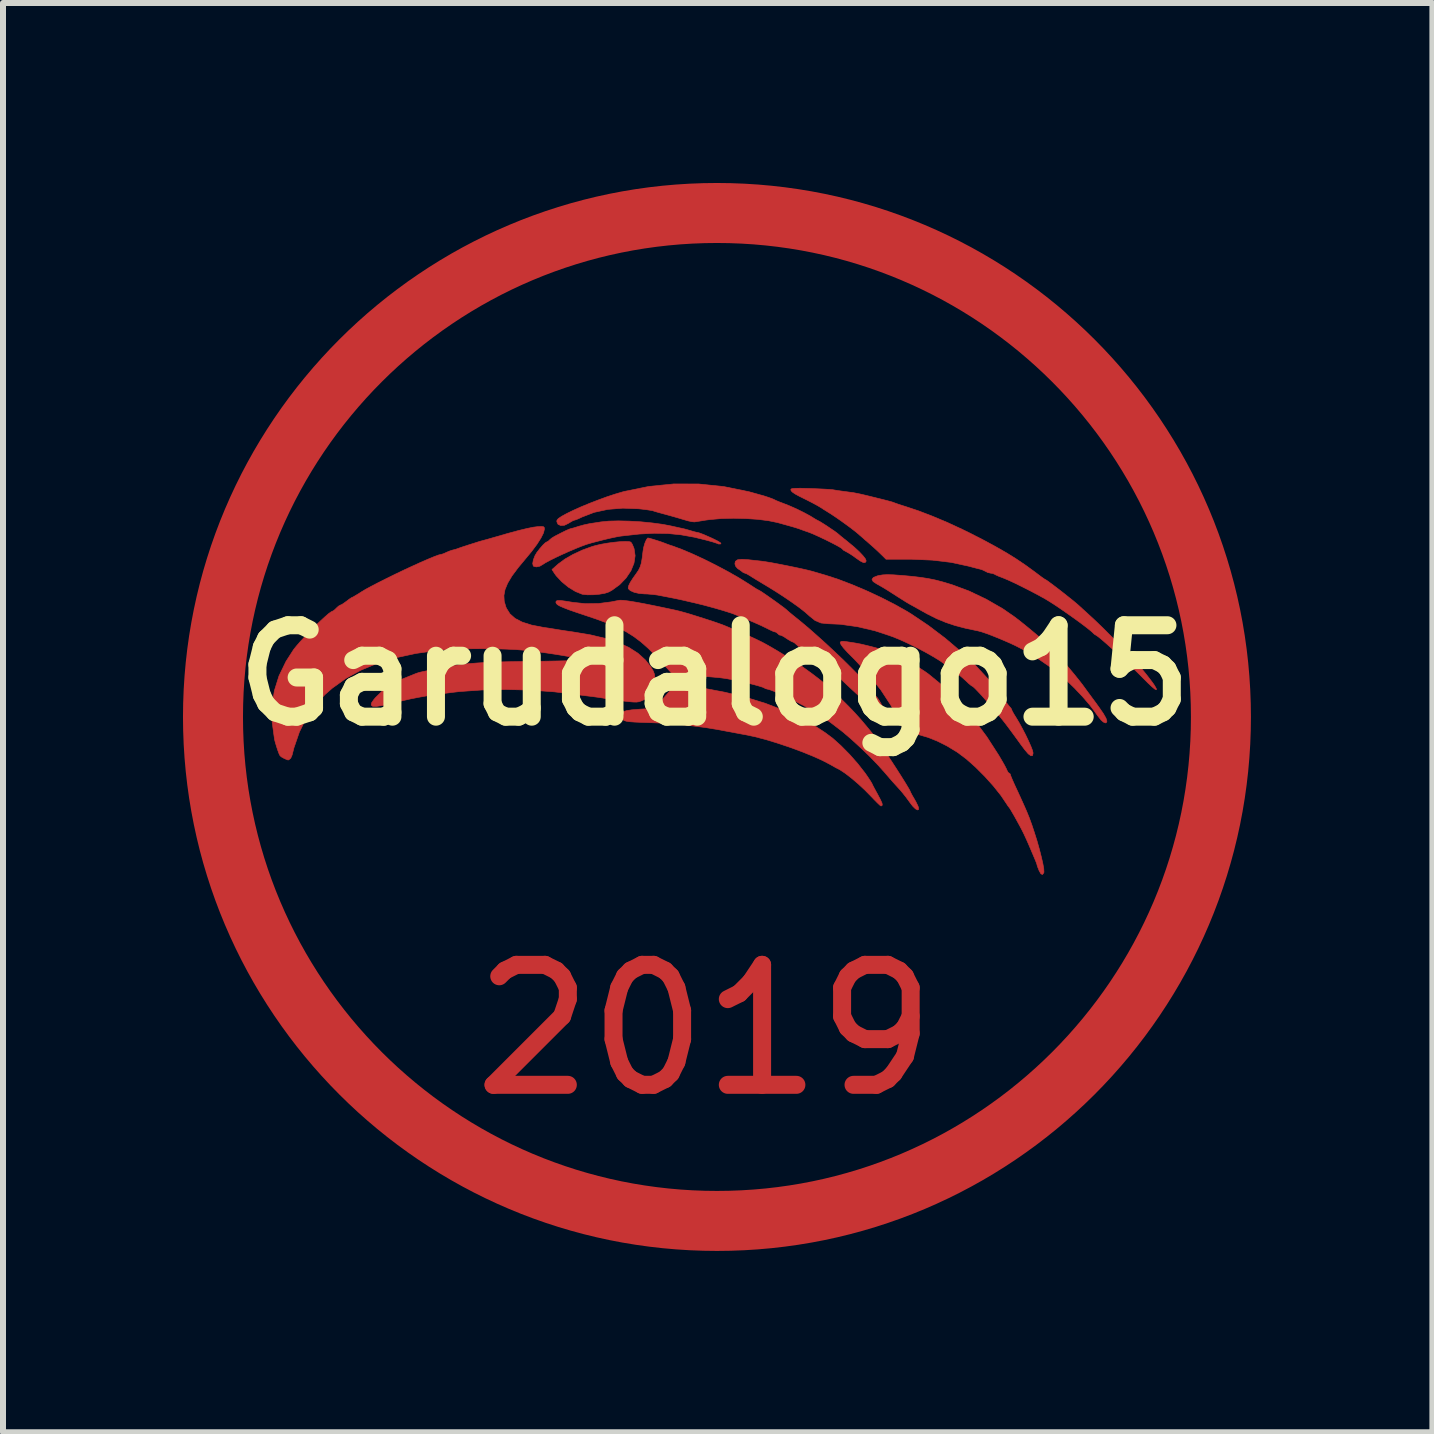
<source format=kicad_pcb>
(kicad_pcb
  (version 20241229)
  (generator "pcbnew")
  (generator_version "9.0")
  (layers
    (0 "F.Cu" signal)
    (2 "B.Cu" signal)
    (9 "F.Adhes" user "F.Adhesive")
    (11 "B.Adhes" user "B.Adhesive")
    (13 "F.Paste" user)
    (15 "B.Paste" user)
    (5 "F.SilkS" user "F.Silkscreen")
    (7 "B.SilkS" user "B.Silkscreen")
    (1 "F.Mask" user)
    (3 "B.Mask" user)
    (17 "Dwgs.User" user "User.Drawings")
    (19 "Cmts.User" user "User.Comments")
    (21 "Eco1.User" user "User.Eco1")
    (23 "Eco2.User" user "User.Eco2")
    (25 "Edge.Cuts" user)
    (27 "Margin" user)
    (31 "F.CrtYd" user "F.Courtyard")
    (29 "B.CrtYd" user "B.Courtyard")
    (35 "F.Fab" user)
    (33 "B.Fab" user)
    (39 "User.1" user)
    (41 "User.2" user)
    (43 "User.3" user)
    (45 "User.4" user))
  (footprint "Garudalogo15"
    (layer "F.Cu")
    (at 8.836 8.881)
    (property "Reference" "Garudalogo15" (at 0.025 -0.675 0) (layer "F.SilkS") (effects (font (size 1.524 1.524) (thickness 0.3))))
    (attr through_hole)
    (fp_circle (center 0.064 0.019) (end 8.464 0.019) (stroke (width 1) (type solid)) (fill no) (layer "F.Cu"))
    (fp_poly (pts (xy -1.397 -2.903) (xy -1.371 -2.895) (xy -1.349 -2.863) (xy -1.325 -2.807) (xy -1.317 -2.785) (xy -1.3 -2.668) (xy -1.319 -2.544) (xy -1.37 -2.418) (xy -1.451 -2.297) (xy -1.557 -2.187) (xy -1.685 -2.094) (xy -1.739 -2.064) (xy -1.803 -2.043) (xy -1.894 -2.027) (xy -1.996 -2.018) (xy -2.094 -2.017) (xy -2.172 -2.025) (xy -2.183 -2.027) (xy -2.294 -2.072) (xy -2.412 -2.144) (xy -2.523 -2.235) (xy -2.616 -2.335) (xy -2.646 -2.377) (xy -2.686 -2.438) (xy -2.581 -2.531) (xy -2.471 -2.612) (xy -2.332 -2.692) (xy -2.176 -2.764) (xy -2.016 -2.822) (xy -1.967 -2.836) (xy -1.87 -2.859) (xy -1.762 -2.878) (xy -1.651 -2.893) (xy -1.548 -2.903) (xy -1.46 -2.906) (xy -1.397 -2.903)) (stroke (width 0.01) (type solid)) (fill yes) (layer "F.Cu"))
    (fp_poly (pts (xy -1.398 -3.245) (xy -1.207 -3.234) (xy -1.017 -3.215) (xy -0.838 -3.191) (xy -0.685 -3.161) (xy -0.61 -3.144) (xy -0.546 -3.13) (xy -0.516 -3.124) (xy -0.47 -3.113) (xy -0.406 -3.095) (xy -0.379 -3.087) (xy -0.318 -3.069) (xy -0.272 -3.058) (xy -0.261 -3.057) (xy -0.229 -3.048) (xy -0.175 -3.028) (xy -0.145 -3.016) (xy -0.016 -2.959) (xy 0.073 -2.915) (xy 0.122 -2.885) (xy 0.131 -2.867) (xy 0.13 -2.866) (xy 0.094 -2.863) (xy 0.086 -2.866) (xy 0.056 -2.878) (xy -0.002 -2.897) (xy -0.077 -2.918) (xy -0.078 -2.919) (xy -0.313 -2.977) (xy -0.536 -3.017) (xy -0.756 -3.039) (xy -0.984 -3.043) (xy -1.228 -3.03) (xy -1.5 -3) (xy -1.558 -2.993) (xy -1.62 -2.981) (xy -1.71 -2.962) (xy -1.816 -2.937) (xy -1.925 -2.909) (xy -2.025 -2.883) (xy -2.103 -2.86) (xy -2.115 -2.856) (xy -2.197 -2.826) (xy -2.299 -2.785) (xy -2.411 -2.737) (xy -2.525 -2.686) (xy -2.633 -2.635) (xy -2.727 -2.588) (xy -2.797 -2.55) (xy -2.834 -2.526) (xy -2.888 -2.494) (xy -2.946 -2.482) (xy -2.99 -2.492) (xy -2.998 -2.499) (xy -3.007 -2.539) (xy -2.996 -2.6) (xy -2.969 -2.67) (xy -2.939 -2.721) (xy -2.888 -2.787) (xy -2.838 -2.845) (xy -2.797 -2.884) (xy -2.775 -2.897) (xy -2.746 -2.912) (xy -2.729 -2.929) (xy -2.693 -2.96) (xy -2.64 -2.993) (xy -2.636 -2.995) (xy -2.525 -3.052) (xy -2.446 -3.091) (xy -2.394 -3.113) (xy -2.372 -3.12) (xy -2.331 -3.13) (xy -2.27 -3.149) (xy -2.242 -3.158) (xy -2.159 -3.181) (xy -2.067 -3.201) (xy -2.041 -3.206) (xy -1.964 -3.217) (xy -1.894 -3.228) (xy -1.871 -3.232) (xy -1.741 -3.245) (xy -1.579 -3.249) (xy -1.398 -3.245)) (stroke (width 0.01) (type solid)) (fill yes) (layer "F.Cu"))
    (fp_poly (pts (xy 3.007 -2.35) (xy 3.141 -2.34) (xy 3.146 -2.34) (xy 3.32 -2.324) (xy 3.462 -2.307) (xy 3.584 -2.288) (xy 3.698 -2.265) (xy 3.815 -2.235) (xy 3.946 -2.196) (xy 3.982 -2.185) (xy 4.265 -2.08) (xy 4.551 -1.944) (xy 4.827 -1.785) (xy 5.017 -1.654) (xy 5.083 -1.604) (xy 5.165 -1.539) (xy 5.256 -1.465) (xy 5.35 -1.387) (xy 5.439 -1.312) (xy 5.517 -1.245) (xy 5.577 -1.193) (xy 5.611 -1.16) (xy 5.612 -1.159) (xy 5.638 -1.13) (xy 5.685 -1.076) (xy 5.748 -1.005) (xy 5.821 -0.923) (xy 5.842 -0.9) (xy 5.929 -0.8) (xy 6.018 -0.693) (xy 6.1 -0.591) (xy 6.164 -0.508) (xy 6.234 -0.412) (xy 6.316 -0.301) (xy 6.396 -0.192) (xy 6.427 -0.149) (xy 6.502 -0.041) (xy 6.548 0.039) (xy 6.564 0.091) (xy 6.551 0.116) (xy 6.537 0.118) (xy 6.503 0.103) (xy 6.466 0.07) (xy 6.426 0.02) (xy 6.381 -0.041) (xy 6.374 -0.052) (xy 6.277 -0.181) (xy 6.155 -0.323) (xy 6.017 -0.468) (xy 5.874 -0.606) (xy 5.734 -0.726) (xy 5.644 -0.795) (xy 5.526 -0.877) (xy 5.434 -0.941) (xy 5.358 -0.991) (xy 5.29 -1.034) (xy 5.22 -1.074) (xy 5.139 -1.118) (xy 5.125 -1.125) (xy 5.034 -1.172) (xy 4.923 -1.223) (xy 4.802 -1.275) (xy 4.682 -1.324) (xy 4.571 -1.367) (xy 4.48 -1.398) (xy 4.418 -1.415) (xy 4.212 -1.458) (xy 4.035 -1.504) (xy 3.877 -1.557) (xy 3.725 -1.62) (xy 3.568 -1.699) (xy 3.485 -1.745) (xy 3.41 -1.787) (xy 3.341 -1.826) (xy 3.298 -1.849) (xy 3.265 -1.868) (xy 3.234 -1.886) (xy 3.198 -1.908) (xy 3.149 -1.939) (xy 3.079 -1.983) (xy 2.987 -2.042) (xy 2.901 -2.097) (xy 2.818 -2.147) (xy 2.752 -2.185) (xy 2.728 -2.198) (xy 2.667 -2.238) (xy 2.648 -2.274) (xy 2.671 -2.306) (xy 2.736 -2.332) (xy 2.76 -2.338) (xy 2.826 -2.349) (xy 2.905 -2.353) (xy 3.007 -2.35)) (stroke (width 0.01) (type solid)) (fill yes) (layer "F.Cu"))
    (fp_poly (pts (xy -0.421 -0.518) (xy -0.362 -0.501) (xy -0.278 -0.482) (xy -0.189 -0.465) (xy -0.187 -0.465) (xy 0.196 -0.393) (xy 0.546 -0.308) (xy 0.871 -0.208) (xy 1.18 -0.089) (xy 1.38 0.001) (xy 1.477 0.048) (xy 1.553 0.086) (xy 1.62 0.123) (xy 1.69 0.165) (xy 1.772 0.218) (xy 1.868 0.281) (xy 1.995 0.376) (xy 2.133 0.5) (xy 2.274 0.643) (xy 2.41 0.797) (xy 2.532 0.953) (xy 2.58 1.022) (xy 2.617 1.078) (xy 2.642 1.119) (xy 2.65 1.134) (xy 2.659 1.154) (xy 2.685 1.204) (xy 2.722 1.272) (xy 2.743 1.31) (xy 2.789 1.398) (xy 2.815 1.455) (xy 2.82 1.488) (xy 2.807 1.501) (xy 2.797 1.502) (xy 2.777 1.488) (xy 2.735 1.448) (xy 2.679 1.391) (xy 2.636 1.346) (xy 2.53 1.238) (xy 2.417 1.133) (xy 2.304 1.037) (xy 2.2 0.957) (xy 2.112 0.899) (xy 2.078 0.881) (xy 2.042 0.863) (xy 1.986 0.831) (xy 1.951 0.811) (xy 1.82 0.743) (xy 1.657 0.67) (xy 1.471 0.595) (xy 1.272 0.522) (xy 1.069 0.454) (xy 0.872 0.394) (xy 0.691 0.347) (xy 0.544 0.316) (xy 0.471 0.303) (xy 0.376 0.285) (xy 0.276 0.266) (xy 0.258 0.263) (xy 0.054 0.225) (xy -0.118 0.197) (xy -0.261 0.178) (xy -0.335 0.169) (xy -0.432 0.158) (xy -0.53 0.146) (xy -0.536 0.146) (xy -0.618 0.138) (xy -0.73 0.13) (xy -0.859 0.122) (xy -0.994 0.116) (xy -1.054 0.114) (xy -1.202 0.109) (xy -1.312 0.104) (xy -1.392 0.098) (xy -1.446 0.09) (xy -1.482 0.079) (xy -1.503 0.064) (xy -1.518 0.044) (xy -1.524 0.031) (xy -1.537 -0.011) (xy -1.531 -0.043) (xy -1.501 -0.068) (xy -1.444 -0.086) (xy -1.355 -0.1) (xy -1.229 -0.11) (xy -1.15 -0.115) (xy -1.089 -0.118) (xy -1.041 -0.123) (xy -1.002 -0.133) (xy -0.965 -0.154) (xy -0.923 -0.189) (xy -0.872 -0.243) (xy -0.804 -0.32) (xy -0.716 -0.422) (xy -0.643 -0.495) (xy -0.577 -0.533) (xy -0.507 -0.54) (xy -0.421 -0.518)) (stroke (width 0.01) (type solid)) (fill yes) (layer "F.Cu"))
    (fp_poly (pts (xy 2.215 -1.237) (xy 2.295 -1.225) (xy 2.377 -1.212) (xy 2.382 -1.211) (xy 2.461 -1.196) (xy 2.567 -1.171) (xy 2.685 -1.141) (xy 2.801 -1.109) (xy 2.86 -1.09) (xy 2.973 -1.048) (xy 3.108 -0.985) (xy 3.254 -0.908) (xy 3.399 -0.823) (xy 3.534 -0.736) (xy 3.595 -0.692) (xy 3.845 -0.487) (xy 4.091 -0.243) (xy 4.33 0.037) (xy 4.561 0.348) (xy 4.762 0.66) (xy 4.813 0.747) (xy 4.857 0.824) (xy 4.887 0.882) (xy 4.899 0.91) (xy 4.918 0.945) (xy 4.934 0.955) (xy 4.953 0.971) (xy 4.953 0.976) (xy 4.962 1.003) (xy 4.985 1.059) (xy 5.018 1.134) (xy 5.04 1.182) (xy 5.087 1.283) (xy 5.123 1.362) (xy 5.156 1.435) (xy 5.193 1.517) (xy 5.227 1.595) (xy 5.269 1.698) (xy 5.313 1.819) (xy 5.357 1.952) (xy 5.4 2.089) (xy 5.438 2.224) (xy 5.47 2.35) (xy 5.495 2.459) (xy 5.511 2.546) (xy 5.514 2.602) (xy 5.512 2.615) (xy 5.49 2.645) (xy 5.464 2.634) (xy 5.433 2.58) (xy 5.43 2.571) (xy 5.409 2.519) (xy 5.398 2.484) (xy 5.398 2.48) (xy 5.39 2.455) (xy 5.368 2.4) (xy 5.336 2.324) (xy 5.298 2.235) (xy 5.258 2.141) (xy 5.218 2.051) (xy 5.182 1.973) (xy 5.181 1.971) (xy 5.153 1.914) (xy 5.114 1.84) (xy 5.069 1.758) (xy 5.024 1.676) (xy 4.982 1.604) (xy 4.951 1.551) (xy 4.933 1.526) (xy 4.933 1.526) (xy 4.913 1.501) (xy 4.9 1.48) (xy 4.799 1.33) (xy 4.671 1.169) (xy 4.526 1.008) (xy 4.373 0.855) (xy 4.221 0.72) (xy 4.077 0.612) (xy 4.058 0.599) (xy 3.894 0.5) (xy 3.738 0.422) (xy 3.577 0.358) (xy 3.397 0.306) (xy 3.228 0.266) (xy 3.192 0.239) (xy 3.147 0.172) (xy 3.112 0.104) (xy 2.965 -0.172) (xy 2.798 -0.428) (xy 2.603 -0.675) (xy 2.375 -0.921) (xy 2.346 -0.951) (xy 2.244 -1.053) (xy 2.173 -1.131) (xy 2.132 -1.186) (xy 2.118 -1.221) (xy 2.131 -1.239) (xy 2.17 -1.242) (xy 2.215 -1.237)) (stroke (width 0.01) (type solid)) (fill yes) (layer "F.Cu"))
    (fp_poly (pts (xy 0.577 -2.603) (xy 0.667 -2.593) (xy 0.767 -2.582) (xy 0.804 -2.578) (xy 0.875 -2.568) (xy 0.977 -2.551) (xy 1.099 -2.528) (xy 1.231 -2.502) (xy 1.363 -2.475) (xy 1.484 -2.449) (xy 1.584 -2.426) (xy 1.65 -2.409) (xy 1.726 -2.387) (xy 1.817 -2.36) (xy 1.873 -2.344) (xy 2.082 -2.276) (xy 2.313 -2.188) (xy 2.556 -2.085) (xy 2.799 -1.972) (xy 3.03 -1.854) (xy 3.238 -1.737) (xy 3.301 -1.698) (xy 3.59 -1.504) (xy 3.871 -1.291) (xy 4.139 -1.063) (xy 4.386 -0.827) (xy 4.606 -0.589) (xy 4.793 -0.353) (xy 4.837 -0.292) (xy 4.885 -0.224) (xy 4.926 -0.171) (xy 4.952 -0.14) (xy 4.956 -0.137) (xy 4.973 -0.113) (xy 4.974 -0.11) (xy 4.984 -0.082) (xy 5.012 -0.031) (xy 5.05 0.03) (xy 5.101 0.115) (xy 5.155 0.214) (xy 5.209 0.318) (xy 5.257 0.419) (xy 5.297 0.509) (xy 5.324 0.579) (xy 5.333 0.621) (xy 5.324 0.662) (xy 5.297 0.666) (xy 5.253 0.634) (xy 5.194 0.565) (xy 5.174 0.538) (xy 5.121 0.467) (xy 5.053 0.373) (xy 4.979 0.272) (xy 4.919 0.191) (xy 4.862 0.116) (xy 4.792 0.028) (xy 4.712 -0.067) (xy 4.629 -0.165) (xy 4.547 -0.259) (xy 4.471 -0.345) (xy 4.405 -0.415) (xy 4.355 -0.466) (xy 4.325 -0.492) (xy 4.32 -0.493) (xy 4.298 -0.507) (xy 4.256 -0.542) (xy 4.211 -0.585) (xy 4.139 -0.649) (xy 4.055 -0.718) (xy 4 -0.759) (xy 3.938 -0.804) (xy 3.888 -0.84) (xy 3.862 -0.859) (xy 3.782 -0.917) (xy 3.671 -0.985) (xy 3.539 -1.06) (xy 3.394 -1.136) (xy 3.246 -1.209) (xy 3.103 -1.274) (xy 2.984 -1.322) (xy 2.695 -1.418) (xy 2.403 -1.486) (xy 2.12 -1.526) (xy 1.915 -1.535) (xy 1.798 -1.547) (xy 1.7 -1.588) (xy 1.608 -1.662) (xy 1.534 -1.728) (xy 1.43 -1.809) (xy 1.304 -1.899) (xy 1.164 -1.994) (xy 1.018 -2.088) (xy 0.91 -2.154) (xy 0.814 -2.212) (xy 0.726 -2.265) (xy 0.656 -2.308) (xy 0.612 -2.336) (xy 0.609 -2.338) (xy 0.563 -2.365) (xy 0.532 -2.377) (xy 0.531 -2.377) (xy 0.499 -2.39) (xy 0.482 -2.404) (xy 0.439 -2.436) (xy 0.411 -2.453) (xy 0.377 -2.491) (xy 0.363 -2.532) (xy 0.371 -2.575) (xy 0.408 -2.601) (xy 0.479 -2.609) (xy 0.577 -2.603)) (stroke (width 0.01) (type solid)) (fill yes) (layer "F.Cu"))
    (fp_poly (pts (xy -0.24 -3.864) (xy 0.178 -3.821) (xy 0.598 -3.735) (xy 0.852 -3.664) (xy 0.928 -3.639) (xy 0.988 -3.617) (xy 1.02 -3.603) (xy 1.021 -3.602) (xy 1.052 -3.587) (xy 1.108 -3.564) (xy 1.148 -3.549) (xy 1.266 -3.503) (xy 1.393 -3.447) (xy 1.514 -3.387) (xy 1.616 -3.332) (xy 1.647 -3.313) (xy 1.702 -3.279) (xy 1.741 -3.257) (xy 1.752 -3.252) (xy 1.775 -3.24) (xy 1.824 -3.21) (xy 1.887 -3.17) (xy 1.955 -3.124) (xy 2.019 -3.081) (xy 2.068 -3.045) (xy 2.09 -3.027) (xy 2.121 -3) (xy 2.175 -2.956) (xy 2.243 -2.902) (xy 2.262 -2.886) (xy 2.354 -2.81) (xy 2.435 -2.735) (xy 2.498 -2.668) (xy 2.539 -2.615) (xy 2.551 -2.581) (xy 2.551 -2.579) (xy 2.534 -2.555) (xy 2.503 -2.555) (xy 2.452 -2.581) (xy 2.387 -2.626) (xy 2.319 -2.675) (xy 2.254 -2.716) (xy 2.214 -2.738) (xy 2.172 -2.761) (xy 2.154 -2.78) (xy 2.154 -2.78) (xy 2.136 -2.796) (xy 2.087 -2.825) (xy 2.016 -2.863) (xy 1.93 -2.907) (xy 1.837 -2.952) (xy 1.746 -2.995) (xy 1.664 -3.032) (xy 1.599 -3.058) (xy 1.593 -3.06) (xy 1.524 -3.084) (xy 1.465 -3.105) (xy 1.445 -3.113) (xy 1.394 -3.13) (xy 1.311 -3.155) (xy 1.203 -3.185) (xy 1.081 -3.219) (xy 1.074 -3.221) (xy 0.924 -3.252) (xy 0.744 -3.275) (xy 0.545 -3.288) (xy 0.34 -3.293) (xy 0.139 -3.288) (xy -0.045 -3.272) (xy -0.122 -3.262) (xy -0.202 -3.249) (xy -0.271 -3.238) (xy -0.312 -3.232) (xy -0.354 -3.236) (xy -0.42 -3.25) (xy -0.481 -3.268) (xy -0.565 -3.293) (xy -0.669 -3.323) (xy -0.773 -3.352) (xy -0.788 -3.356) (xy -0.873 -3.379) (xy -0.945 -3.399) (xy -0.991 -3.413) (xy -1 -3.417) (xy -1.034 -3.424) (xy -1.099 -3.434) (xy -1.185 -3.445) (xy -1.243 -3.451) (xy -1.505 -3.461) (xy -1.754 -3.441) (xy -1.984 -3.391) (xy -2.189 -3.312) (xy -2.2 -3.306) (xy -2.257 -3.28) (xy -2.3 -3.264) (xy -2.31 -3.262) (xy -2.34 -3.251) (xy -2.388 -3.223) (xy -2.41 -3.209) (xy -2.478 -3.176) (xy -2.54 -3.172) (xy -2.585 -3.192) (xy -2.605 -3.235) (xy -2.603 -3.26) (xy -2.58 -3.288) (xy -2.523 -3.326) (xy -2.437 -3.373) (xy -2.328 -3.426) (xy -2.201 -3.483) (xy -2.063 -3.54) (xy -1.918 -3.596) (xy -1.774 -3.649) (xy -1.635 -3.695) (xy -1.506 -3.733) (xy -1.476 -3.741) (xy -1.067 -3.824) (xy -0.655 -3.865) (xy -0.24 -3.864)) (stroke (width 0.01) (type solid)) (fill yes) (layer "F.Cu"))
    (fp_poly (pts (xy -1.057 -2.958) (xy -1.004 -2.943) (xy -0.937 -2.922) (xy -0.872 -2.901) (xy -0.823 -2.883) (xy -0.812 -2.879) (xy -0.766 -2.861) (xy -0.701 -2.838) (xy -0.674 -2.83) (xy -0.523 -2.774) (xy -0.346 -2.699) (xy -0.153 -2.61) (xy 0.047 -2.51) (xy 0.245 -2.405) (xy 0.431 -2.299) (xy 0.597 -2.196) (xy 0.649 -2.162) (xy 0.704 -2.126) (xy 0.744 -2.102) (xy 0.756 -2.097) (xy 0.778 -2.085) (xy 0.827 -2.054) (xy 0.894 -2.008) (xy 0.971 -1.954) (xy 1.05 -1.898) (xy 1.125 -1.843) (xy 1.186 -1.798) (xy 1.225 -1.766) (xy 1.232 -1.759) (xy 1.271 -1.725) (xy 1.323 -1.682) (xy 1.334 -1.673) (xy 1.453 -1.577) (xy 1.588 -1.464) (xy 1.732 -1.337) (xy 1.882 -1.202) (xy 2.031 -1.063) (xy 2.176 -0.925) (xy 2.31 -0.792) (xy 2.431 -0.67) (xy 2.532 -0.562) (xy 2.608 -0.474) (xy 2.644 -0.428) (xy 2.688 -0.366) (xy 2.725 -0.315) (xy 2.745 -0.291) (xy 2.765 -0.26) (xy 2.798 -0.204) (xy 2.829 -0.145) (xy 2.867 -0.062) (xy 2.877 -0.012) (xy 2.86 0.006) (xy 2.816 -0.009) (xy 2.745 -0.057) (xy 2.732 -0.067) (xy 2.676 -0.113) (xy 2.601 -0.178) (xy 2.512 -0.257) (xy 2.415 -0.345) (xy 2.318 -0.434) (xy 2.227 -0.519) (xy 2.147 -0.595) (xy 2.087 -0.655) (xy 2.051 -0.693) (xy 2.05 -0.694) (xy 2.014 -0.73) (xy 1.954 -0.781) (xy 1.878 -0.843) (xy 1.791 -0.911) (xy 1.701 -0.978) (xy 1.615 -1.041) (xy 1.54 -1.092) (xy 1.483 -1.128) (xy 1.452 -1.143) (xy 1.451 -1.143) (xy 1.421 -1.158) (xy 1.39 -1.186) (xy 1.354 -1.218) (xy 1.332 -1.229) (xy 1.305 -1.24) (xy 1.256 -1.268) (xy 1.221 -1.291) (xy 1.168 -1.325) (xy 1.131 -1.343) (xy 1.12 -1.344) (xy 1.1 -1.349) (xy 1.083 -1.366) (xy 1.05 -1.393) (xy 1.032 -1.398) (xy 1.002 -1.407) (xy 0.948 -1.432) (xy 0.892 -1.46) (xy 0.818 -1.496) (xy 0.721 -1.54) (xy 0.619 -1.584) (xy 0.585 -1.598) (xy 0.498 -1.634) (xy 0.422 -1.665) (xy 0.368 -1.687) (xy 0.352 -1.694) (xy 0.308 -1.71) (xy 0.234 -1.734) (xy 0.139 -1.763) (xy 0.036 -1.793) (xy -0.066 -1.821) (xy -0.156 -1.845) (xy -0.187 -1.853) (xy -0.329 -1.887) (xy -0.441 -1.913) (xy -0.536 -1.935) (xy -0.625 -1.954) (xy -0.721 -1.973) (xy -0.835 -1.995) (xy -0.928 -2.013) (xy -1.007 -2.023) (xy -1.1 -2.031) (xy -1.143 -2.032) (xy -1.235 -2.04) (xy -1.317 -2.059) (xy -1.379 -2.086) (xy -1.412 -2.118) (xy -1.415 -2.13) (xy -1.407 -2.17) (xy -1.381 -2.223) (xy -1.334 -2.297) (xy -1.285 -2.365) (xy -1.244 -2.425) (xy -1.216 -2.482) (xy -1.196 -2.547) (xy -1.182 -2.632) (xy -1.169 -2.74) (xy -1.157 -2.81) (xy -1.137 -2.879) (xy -1.113 -2.934) (xy -1.091 -2.963) (xy -1.085 -2.964) (xy -1.057 -2.958)) (stroke (width 0.01) (type solid)) (fill yes) (layer "F.Cu"))
    (fp_poly (pts (xy -1.499 -1.925) (xy -1.411 -1.914) (xy -1.293 -1.895) (xy -1.151 -1.869) (xy -0.991 -1.837) (xy -0.841 -1.806) (xy -0.723 -1.781) (xy -0.63 -1.761) (xy -0.551 -1.742) (xy -0.479 -1.722) (xy -0.405 -1.701) (xy -0.319 -1.674) (xy -0.261 -1.656) (xy -0.113 -1.609) (xy 0.003 -1.571) (xy 0.093 -1.54) (xy 0.167 -1.513) (xy 0.231 -1.487) (xy 0.247 -1.48) (xy 0.316 -1.451) (xy 0.373 -1.427) (xy 0.395 -1.418) (xy 0.504 -1.372) (xy 0.618 -1.322) (xy 0.725 -1.272) (xy 0.813 -1.229) (xy 0.851 -1.209) (xy 0.986 -1.133) (xy 1.13 -1.047) (xy 1.271 -0.96) (xy 1.4 -0.877) (xy 1.504 -0.807) (xy 1.52 -0.795) (xy 1.654 -0.698) (xy 1.763 -0.615) (xy 1.858 -0.538) (xy 1.949 -0.458) (xy 2.048 -0.365) (xy 2.145 -0.271) (xy 2.263 -0.153) (xy 2.365 -0.046) (xy 2.463 0.063) (xy 2.565 0.184) (xy 2.667 0.308) (xy 2.705 0.359) (xy 2.758 0.434) (xy 2.822 0.528) (xy 2.893 0.635) (xy 2.968 0.748) (xy 3.043 0.863) (xy 3.114 0.974) (xy 3.177 1.074) (xy 3.229 1.159) (xy 3.266 1.221) (xy 3.284 1.256) (xy 3.285 1.261) (xy 3.295 1.282) (xy 3.32 1.329) (xy 3.346 1.373) (xy 3.383 1.439) (xy 3.411 1.497) (xy 3.421 1.522) (xy 3.425 1.56) (xy 3.407 1.569) (xy 3.373 1.551) (xy 3.33 1.509) (xy 3.305 1.478) (xy 3.21 1.349) (xy 3.132 1.252) (xy 3.083 1.198) (xy 3.053 1.165) (xy 3.002 1.109) (xy 2.938 1.036) (xy 2.868 0.954) (xy 2.868 0.954) (xy 2.747 0.819) (xy 2.606 0.673) (xy 2.454 0.527) (xy 2.303 0.389) (xy 2.164 0.27) (xy 2.112 0.23) (xy 2.003 0.146) (xy 1.923 0.086) (xy 1.867 0.044) (xy 1.83 0.019) (xy 1.808 0.006) (xy 1.796 0.002) (xy 1.77 -0.01) (xy 1.725 -0.04) (xy 1.712 -0.05) (xy 1.658 -0.085) (xy 1.578 -0.132) (xy 1.48 -0.185) (xy 1.37 -0.241) (xy 1.258 -0.297) (xy 1.15 -0.348) (xy 1.053 -0.392) (xy 0.975 -0.424) (xy 0.924 -0.441) (xy 0.912 -0.443) (xy 0.87 -0.454) (xy 0.86 -0.461) (xy 0.829 -0.476) (xy 0.765 -0.496) (xy 0.676 -0.521) (xy 0.57 -0.547) (xy 0.456 -0.573) (xy 0.341 -0.597) (xy 0.235 -0.618) (xy 0.205 -0.623) (xy 0.114 -0.635) (xy -0.006 -0.646) (xy -0.142 -0.657) (xy -0.279 -0.664) (xy -0.324 -0.666) (xy -0.663 -0.679) (xy -0.81 -0.841) (xy -0.953 -0.996) (xy -1.082 -1.125) (xy -1.204 -1.233) (xy -1.326 -1.324) (xy -1.455 -1.404) (xy -1.598 -1.476) (xy -1.763 -1.545) (xy -1.956 -1.616) (xy -2.123 -1.672) (xy -2.281 -1.725) (xy -2.402 -1.767) (xy -2.492 -1.802) (xy -2.554 -1.829) (xy -2.594 -1.852) (xy -2.614 -1.873) (xy -2.621 -1.894) (xy -2.621 -1.895) (xy -2.614 -1.913) (xy -2.59 -1.922) (xy -2.542 -1.922) (xy -2.466 -1.912) (xy -2.355 -1.894) (xy -2.335 -1.891) (xy -2.128 -1.869) (xy -1.909 -1.872) (xy -1.7 -1.899) (xy -1.679 -1.903) (xy -1.614 -1.916) (xy -1.566 -1.925) (xy -1.552 -1.927) (xy -1.499 -1.925)) (stroke (width 0.01) (type solid)) (fill yes) (layer "F.Cu"))
    (fp_poly (pts (xy 1.57 -3.79) (xy 1.618 -3.789) (xy 1.736 -3.784) (xy 1.843 -3.779) (xy 1.93 -3.774) (xy 1.989 -3.769) (xy 2.003 -3.767) (xy 2.075 -3.755) (xy 2.169 -3.742) (xy 2.266 -3.729) (xy 2.329 -3.721) (xy 2.372 -3.713) (xy 2.446 -3.698) (xy 2.537 -3.677) (xy 2.607 -3.66) (xy 2.74 -3.627) (xy 2.837 -3.603) (xy 2.907 -3.585) (xy 2.956 -3.572) (xy 2.99 -3.562) (xy 3.017 -3.552) (xy 3.041 -3.543) (xy 3.084 -3.528) (xy 3.151 -3.506) (xy 3.211 -3.487) (xy 3.424 -3.416) (xy 3.661 -3.325) (xy 3.91 -3.22) (xy 4.158 -3.105) (xy 4.279 -3.046) (xy 4.513 -2.926) (xy 4.714 -2.817) (xy 4.892 -2.715) (xy 5.054 -2.614) (xy 5.208 -2.51) (xy 5.362 -2.398) (xy 5.424 -2.351) (xy 5.48 -2.309) (xy 5.522 -2.28) (xy 5.538 -2.271) (xy 5.559 -2.259) (xy 5.606 -2.225) (xy 5.673 -2.175) (xy 5.752 -2.115) (xy 5.837 -2.049) (xy 5.921 -1.982) (xy 5.998 -1.921) (xy 6.06 -1.869) (xy 6.1 -1.834) (xy 6.161 -1.778) (xy 6.223 -1.722) (xy 6.237 -1.709) (xy 6.366 -1.59) (xy 6.514 -1.447) (xy 6.673 -1.287) (xy 6.835 -1.119) (xy 6.992 -0.952) (xy 7.127 -0.803) (xy 7.174 -0.747) (xy 7.231 -0.676) (xy 7.288 -0.602) (xy 7.334 -0.54) (xy 7.356 -0.508) (xy 7.386 -0.455) (xy 7.388 -0.434) (xy 7.365 -0.443) (xy 7.316 -0.483) (xy 7.242 -0.553) (xy 7.179 -0.616) (xy 7.106 -0.69) (xy 7.017 -0.777) (xy 6.919 -0.87) (xy 6.816 -0.966) (xy 6.713 -1.061) (xy 6.617 -1.148) (xy 6.53 -1.225) (xy 6.46 -1.285) (xy 6.411 -1.324) (xy 6.39 -1.338) (xy 6.353 -1.361) (xy 6.343 -1.371) (xy 6.306 -1.406) (xy 6.241 -1.459) (xy 6.153 -1.526) (xy 6.05 -1.602) (xy 5.939 -1.681) (xy 5.826 -1.76) (xy 5.719 -1.833) (xy 5.623 -1.895) (xy 5.55 -1.94) (xy 5.43 -2.007) (xy 5.298 -2.077) (xy 5.162 -2.146) (xy 5.033 -2.21) (xy 4.92 -2.262) (xy 4.832 -2.299) (xy 4.819 -2.304) (xy 4.756 -2.328) (xy 4.708 -2.35) (xy 4.693 -2.359) (xy 4.657 -2.374) (xy 4.629 -2.377) (xy 4.576 -2.389) (xy 4.544 -2.406) (xy 4.488 -2.433) (xy 4.449 -2.445) (xy 4.403 -2.456) (xy 4.331 -2.475) (xy 4.247 -2.497) (xy 4.237 -2.499) (xy 3.963 -2.558) (xy 3.653 -2.595) (xy 3.308 -2.61) (xy 3.247 -2.61) (xy 2.882 -2.61) (xy 2.802 -2.689) (xy 2.745 -2.744) (xy 2.671 -2.812) (xy 2.596 -2.877) (xy 2.596 -2.878) (xy 2.523 -2.941) (xy 2.452 -3.003) (xy 2.397 -3.051) (xy 2.396 -3.052) (xy 2.348 -3.09) (xy 2.276 -3.145) (xy 2.19 -3.208) (xy 2.1 -3.272) (xy 2.017 -3.329) (xy 1.952 -3.372) (xy 1.934 -3.383) (xy 1.896 -3.407) (xy 1.838 -3.443) (xy 1.805 -3.465) (xy 1.74 -3.504) (xy 1.653 -3.551) (xy 1.563 -3.597) (xy 1.551 -3.603) (xy 1.444 -3.656) (xy 1.37 -3.696) (xy 1.325 -3.726) (xy 1.301 -3.75) (xy 1.295 -3.771) (xy 1.302 -3.782) (xy 1.328 -3.789) (xy 1.377 -3.792) (xy 1.456 -3.793) (xy 1.57 -3.79)) (stroke (width 0.01) (type solid)) (fill yes) (layer "F.Cu"))
    (fp_poly (pts (xy -2.828 -3.152) (xy -2.814 -3.138) (xy -2.812 -3.111) (xy -2.827 -3.049) (xy -2.87 -2.963) (xy -2.937 -2.858) (xy -3.026 -2.739) (xy -3.118 -2.628) (xy -3.251 -2.468) (xy -3.353 -2.331) (xy -3.425 -2.21) (xy -3.469 -2.103) (xy -3.487 -2.005) (xy -3.482 -1.91) (xy -3.454 -1.814) (xy -3.444 -1.791) (xy -3.386 -1.699) (xy -3.3 -1.623) (xy -3.182 -1.562) (xy -3.029 -1.513) (xy -2.839 -1.476) (xy -2.822 -1.473) (xy -2.752 -1.463) (xy -2.665 -1.449) (xy -2.61 -1.44) (xy -2.518 -1.425) (xy -2.411 -1.409) (xy -2.335 -1.398) (xy -2.047 -1.35) (xy -1.798 -1.291) (xy -1.584 -1.222) (xy -1.403 -1.139) (xy -1.253 -1.043) (xy -1.13 -0.932) (xy -1.045 -0.824) (xy -1.001 -0.753) (xy -0.978 -0.694) (xy -0.97 -0.626) (xy -0.97 -0.589) (xy -0.979 -0.471) (xy -1.01 -0.383) (xy -1.068 -0.318) (xy -1.147 -0.271) (xy -1.195 -0.249) (xy -1.235 -0.235) (xy -1.277 -0.229) (xy -1.332 -0.23) (xy -1.41 -0.237) (xy -1.499 -0.247) (xy -1.601 -0.26) (xy -1.692 -0.272) (xy -1.762 -0.282) (xy -1.795 -0.288) (xy -1.841 -0.297) (xy -1.914 -0.308) (xy -2.002 -0.32) (xy -2.028 -0.323) (xy -2.118 -0.334) (xy -2.197 -0.344) (xy -2.252 -0.351) (xy -2.261 -0.353) (xy -2.649 -0.4) (xy -3.05 -0.429) (xy -3.454 -0.439) (xy -3.849 -0.431) (xy -4.221 -0.405) (xy -4.325 -0.393) (xy -4.509 -0.37) (xy -4.661 -0.35) (xy -4.794 -0.329) (xy -4.917 -0.307) (xy -5.043 -0.282) (xy -5.18 -0.251) (xy -5.342 -0.212) (xy -5.387 -0.201) (xy -5.52 -0.171) (xy -5.615 -0.157) (xy -5.674 -0.159) (xy -5.699 -0.179) (xy -5.692 -0.217) (xy -5.653 -0.273) (xy -5.626 -0.305) (xy -5.492 -0.435) (xy -5.336 -0.539) (xy -5.171 -0.617) (xy -5.089 -0.65) (xy -5.017 -0.679) (xy -4.968 -0.699) (xy -4.96 -0.702) (xy -4.939 -0.71) (xy -4.915 -0.718) (xy -4.882 -0.727) (xy -4.832 -0.738) (xy -4.76 -0.753) (xy -4.659 -0.773) (xy -4.547 -0.795) (xy -4.42 -0.819) (xy -4.302 -0.839) (xy -4.186 -0.856) (xy -4.066 -0.87) (xy -3.938 -0.88) (xy -3.794 -0.889) (xy -3.63 -0.896) (xy -3.44 -0.901) (xy -3.218 -0.905) (xy -3.006 -0.908) (xy -2.821 -0.91) (xy -2.651 -0.913) (xy -2.499 -0.916) (xy -2.37 -0.919) (xy -2.268 -0.922) (xy -2.199 -0.925) (xy -2.165 -0.927) (xy -2.163 -0.928) (xy -2.195 -0.942) (xy -2.263 -0.96) (xy -2.361 -0.98) (xy -2.484 -1.002) (xy -2.625 -1.025) (xy -2.779 -1.048) (xy -2.939 -1.069) (xy -3.1 -1.088) (xy -3.139 -1.092) (xy -3.282 -1.104) (xy -3.454 -1.112) (xy -3.646 -1.117) (xy -3.849 -1.119) (xy -4.051 -1.118) (xy -4.244 -1.113) (xy -4.416 -1.106) (xy -4.558 -1.095) (xy -4.579 -1.093) (xy -4.953 -1.04) (xy -5.292 -0.967) (xy -5.597 -0.874) (xy -5.873 -0.76) (xy -6.122 -0.623) (xy -6.345 -0.463) (xy -6.47 -0.354) (xy -6.64 -0.169) (xy -6.782 0.037) (xy -6.896 0.27) (xy -6.987 0.534) (xy -7.017 0.653) (xy -7.04 0.706) (xy -7.073 0.734) (xy -7.087 0.736) (xy -7.112 0.727) (xy -7.151 0.71) (xy -7.196 0.685) (xy -7.219 0.664) (xy -7.235 0.632) (xy -7.257 0.573) (xy -7.28 0.502) (xy -7.3 0.434) (xy -7.311 0.389) (xy -7.35 0.104) (xy -7.351 -0.164) (xy -7.313 -0.419) (xy -7.236 -0.665) (xy -7.119 -0.907) (xy -6.993 -1.103) (xy -6.947 -1.161) (xy -6.883 -1.235) (xy -6.805 -1.319) (xy -6.72 -1.408) (xy -6.632 -1.497) (xy -6.547 -1.579) (xy -6.471 -1.649) (xy -6.409 -1.703) (xy -6.367 -1.733) (xy -6.354 -1.739) (xy -6.326 -1.753) (xy -6.287 -1.787) (xy -6.283 -1.792) (xy -6.244 -1.828) (xy -6.215 -1.844) (xy -6.213 -1.845) (xy -6.186 -1.857) (xy -6.14 -1.888) (xy -6.113 -1.908) (xy -6.064 -1.945) (xy -6.029 -1.968) (xy -6.021 -1.972) (xy -5.999 -1.982) (xy -5.95 -2.011) (xy -5.885 -2.051) (xy -5.865 -2.064) (xy -5.792 -2.108) (xy -5.692 -2.162) (xy -5.573 -2.224) (xy -5.439 -2.291) (xy -5.297 -2.361) (xy -5.151 -2.431) (xy -5.008 -2.497) (xy -4.874 -2.558) (xy -4.754 -2.61) (xy -4.653 -2.652) (xy -4.578 -2.68) (xy -4.534 -2.691) (xy -4.531 -2.691) (xy -4.5 -2.7) (xy -4.451 -2.721) (xy -4.449 -2.723) (xy -4.391 -2.747) (xy -4.345 -2.762) (xy -4.293 -2.775) (xy -4.272 -2.782) (xy -4.222 -2.8) (xy -4.146 -2.826) (xy -4.055 -2.855) (xy -3.963 -2.884) (xy -3.884 -2.909) (xy -3.832 -2.923) (xy -3.765 -2.941) (xy -3.682 -2.965) (xy -3.637 -2.978) (xy -3.422 -3.04) (xy -3.245 -3.088) (xy -3.104 -3.122) (xy -2.996 -3.144) (xy -2.933 -3.152) (xy -2.865 -3.156) (xy -2.828 -3.152)) (stroke (width 0.01) (type solid)) (fill yes) (layer "F.Cu"))
    (fp_circle (center 0.089 0.041) (end 8.489 0.041) (stroke (width 1) (type solid)) (fill no) (layer "F.Mask"))
    (fp_poly (pts (xy -1.405 -2.903) (xy -1.379 -2.895) (xy -1.357 -2.863) (xy -1.332 -2.807) (xy -1.325 -2.785) (xy -1.307 -2.668) (xy -1.326 -2.544) (xy -1.378 -2.418) (xy -1.459 -2.297) (xy -1.565 -2.187) (xy -1.693 -2.094) (xy -1.747 -2.064) (xy -1.811 -2.043) (xy -1.902 -2.027) (xy -2.004 -2.018) (xy -2.102 -2.017) (xy -2.18 -2.025) (xy -2.19 -2.027) (xy -2.302 -2.072) (xy -2.42 -2.144) (xy -2.531 -2.235) (xy -2.624 -2.335) (xy -2.654 -2.377) (xy -2.693 -2.438) (xy -2.589 -2.531) (xy -2.479 -2.612) (xy -2.34 -2.692) (xy -2.184 -2.764) (xy -2.023 -2.822) (xy -1.975 -2.836) (xy -1.878 -2.859) (xy -1.77 -2.878) (xy -1.659 -2.893) (xy -1.556 -2.903) (xy -1.468 -2.906) (xy -1.405 -2.903)) (stroke (width 0.01) (type solid)) (fill yes) (layer "F.Mask"))
    (fp_poly (pts (xy -1.396 -3.245) (xy -1.205 -3.234) (xy -1.015 -3.215) (xy -0.836 -3.191) (xy -0.683 -3.161) (xy -0.608 -3.144) (xy -0.544 -3.13) (xy -0.514 -3.124) (xy -0.469 -3.113) (xy -0.404 -3.095) (xy -0.377 -3.087) (xy -0.316 -3.069) (xy -0.27 -3.058) (xy -0.259 -3.057) (xy -0.228 -3.048) (xy -0.173 -3.028) (xy -0.143 -3.016) (xy -0.014 -2.959) (xy 0.075 -2.915) (xy 0.124 -2.885) (xy 0.133 -2.867) (xy 0.132 -2.866) (xy 0.096 -2.863) (xy 0.088 -2.866) (xy 0.058 -2.878) (xy -0.000359 -2.897) (xy -0.075 -2.918) (xy -0.076 -2.919) (xy -0.312 -2.977) (xy -0.534 -3.017) (xy -0.755 -3.039) (xy -0.982 -3.043) (xy -1.226 -3.03) (xy -1.498 -3) (xy -1.556 -2.993) (xy -1.618 -2.981) (xy -1.708 -2.962) (xy -1.814 -2.937) (xy -1.923 -2.909) (xy -2.023 -2.883) (xy -2.101 -2.86) (xy -2.113 -2.856) (xy -2.195 -2.826) (xy -2.297 -2.785) (xy -2.409 -2.737) (xy -2.523 -2.686) (xy -2.632 -2.635) (xy -2.725 -2.588) (xy -2.795 -2.55) (xy -2.833 -2.526) (xy -2.887 -2.494) (xy -2.944 -2.482) (xy -2.988 -2.492) (xy -2.996 -2.499) (xy -3.005 -2.539) (xy -2.994 -2.6) (xy -2.967 -2.67) (xy -2.937 -2.721) (xy -2.886 -2.787) (xy -2.836 -2.845) (xy -2.796 -2.884) (xy -2.773 -2.897) (xy -2.744 -2.912) (xy -2.727 -2.929) (xy -2.691 -2.96) (xy -2.638 -2.993) (xy -2.634 -2.995) (xy -2.523 -3.052) (xy -2.444 -3.091) (xy -2.392 -3.113) (xy -2.37 -3.12) (xy -2.329 -3.13) (xy -2.268 -3.149) (xy -2.24 -3.158) (xy -2.157 -3.181) (xy -2.065 -3.201) (xy -2.039 -3.206) (xy -1.962 -3.217) (xy -1.892 -3.228) (xy -1.869 -3.232) (xy -1.739 -3.245) (xy -1.577 -3.249) (xy -1.396 -3.245)) (stroke (width 0.01) (type solid)) (fill yes) (layer "F.Mask"))
    (fp_poly (pts (xy 3.008 -2.338) (xy 3.142 -2.328) (xy 3.147 -2.328) (xy 3.32 -2.312) (xy 3.462 -2.296) (xy 3.585 -2.277) (xy 3.699 -2.253) (xy 3.816 -2.223) (xy 3.947 -2.185) (xy 3.983 -2.173) (xy 4.266 -2.069) (xy 4.552 -1.933) (xy 4.827 -1.773) (xy 5.018 -1.642) (xy 5.084 -1.592) (xy 5.166 -1.527) (xy 5.257 -1.453) (xy 5.351 -1.376) (xy 5.44 -1.301) (xy 5.518 -1.234) (xy 5.578 -1.181) (xy 5.611 -1.149) (xy 5.613 -1.147) (xy 5.638 -1.118) (xy 5.686 -1.065) (xy 5.749 -0.994) (xy 5.822 -0.912) (xy 5.843 -0.888) (xy 5.929 -0.789) (xy 6.019 -0.681) (xy 6.101 -0.58) (xy 6.165 -0.496) (xy 6.235 -0.4) (xy 6.317 -0.289) (xy 6.396 -0.181) (xy 6.428 -0.138) (xy 6.503 -0.029) (xy 6.549 0.051) (xy 6.565 0.103) (xy 6.551 0.127) (xy 6.537 0.129) (xy 6.504 0.115) (xy 6.467 0.082) (xy 6.426 0.032) (xy 6.382 -0.029) (xy 6.375 -0.04) (xy 6.278 -0.169) (xy 6.156 -0.312) (xy 6.018 -0.457) (xy 5.874 -0.594) (xy 5.735 -0.715) (xy 5.645 -0.783) (xy 5.527 -0.866) (xy 5.435 -0.929) (xy 5.359 -0.98) (xy 5.29 -1.022) (xy 5.22 -1.062) (xy 5.14 -1.106) (xy 5.126 -1.114) (xy 5.034 -1.16) (xy 4.924 -1.211) (xy 4.803 -1.263) (xy 4.683 -1.313) (xy 4.572 -1.355) (xy 4.48 -1.387) (xy 4.419 -1.404) (xy 4.212 -1.447) (xy 4.036 -1.492) (xy 3.878 -1.545) (xy 3.726 -1.609) (xy 3.569 -1.688) (xy 3.486 -1.733) (xy 3.411 -1.775) (xy 3.342 -1.814) (xy 3.299 -1.838) (xy 3.265 -1.856) (xy 3.235 -1.874) (xy 3.198 -1.896) (xy 3.15 -1.927) (xy 3.08 -1.971) (xy 2.988 -2.03) (xy 2.902 -2.085) (xy 2.819 -2.135) (xy 2.753 -2.174) (xy 2.729 -2.186) (xy 2.668 -2.227) (xy 2.649 -2.263) (xy 2.672 -2.294) (xy 2.736 -2.321) (xy 2.761 -2.327) (xy 2.827 -2.337) (xy 2.906 -2.341) (xy 3.008 -2.338)) (stroke (width 0.01) (type solid)) (fill yes) (layer "F.Mask"))
    (fp_poly (pts (xy -0.421 -0.515) (xy -0.362 -0.498) (xy -0.278 -0.479) (xy -0.189 -0.462) (xy -0.187 -0.462) (xy 0.196 -0.39) (xy 0.546 -0.305) (xy 0.871 -0.205) (xy 1.18 -0.086) (xy 1.38 0.004) (xy 1.477 0.051) (xy 1.553 0.09) (xy 1.62 0.126) (xy 1.69 0.168) (xy 1.772 0.221) (xy 1.868 0.284) (xy 1.995 0.379) (xy 2.133 0.503) (xy 2.274 0.646) (xy 2.41 0.8) (xy 2.532 0.956) (xy 2.58 1.025) (xy 2.617 1.081) (xy 2.642 1.122) (xy 2.65 1.137) (xy 2.659 1.157) (xy 2.685 1.207) (xy 2.722 1.275) (xy 2.743 1.313) (xy 2.789 1.401) (xy 2.815 1.458) (xy 2.82 1.491) (xy 2.807 1.504) (xy 2.797 1.505) (xy 2.777 1.491) (xy 2.735 1.451) (xy 2.679 1.394) (xy 2.636 1.349) (xy 2.53 1.241) (xy 2.417 1.136) (xy 2.304 1.04) (xy 2.2 0.96) (xy 2.112 0.902) (xy 2.078 0.884) (xy 2.042 0.866) (xy 1.986 0.834) (xy 1.951 0.814) (xy 1.82 0.746) (xy 1.657 0.673) (xy 1.471 0.598) (xy 1.272 0.525) (xy 1.069 0.457) (xy 0.872 0.397) (xy 0.691 0.35) (xy 0.544 0.319) (xy 0.471 0.306) (xy 0.376 0.288) (xy 0.276 0.269) (xy 0.258 0.266) (xy 0.054 0.228) (xy -0.118 0.2) (xy -0.261 0.181) (xy -0.335 0.172) (xy -0.432 0.161) (xy -0.53 0.149) (xy -0.536 0.149) (xy -0.618 0.141) (xy -0.73 0.133) (xy -0.859 0.125) (xy -0.994 0.119) (xy -1.054 0.117) (xy -1.202 0.112) (xy -1.312 0.107) (xy -1.392 0.101) (xy -1.446 0.093) (xy -1.482 0.082) (xy -1.503 0.067) (xy -1.518 0.047) (xy -1.524 0.034) (xy -1.537 -0.008) (xy -1.531 -0.04) (xy -1.501 -0.065) (xy -1.444 -0.083) (xy -1.355 -0.096) (xy -1.229 -0.107) (xy -1.15 -0.112) (xy -1.089 -0.115) (xy -1.041 -0.12) (xy -1.002 -0.13) (xy -0.965 -0.151) (xy -0.923 -0.186) (xy -0.872 -0.24) (xy -0.804 -0.317) (xy -0.716 -0.419) (xy -0.643 -0.492) (xy -0.577 -0.53) (xy -0.507 -0.536) (xy -0.421 -0.515)) (stroke (width 0.01) (type solid)) (fill yes) (layer "F.Mask"))
    (fp_poly (pts (xy 2.218 -1.237) (xy 2.298 -1.225) (xy 2.38 -1.212) (xy 2.385 -1.211) (xy 2.465 -1.196) (xy 2.57 -1.171) (xy 2.688 -1.141) (xy 2.804 -1.109) (xy 2.864 -1.09) (xy 2.977 -1.048) (xy 3.111 -0.985) (xy 3.257 -0.908) (xy 3.403 -0.823) (xy 3.538 -0.736) (xy 3.599 -0.692) (xy 3.848 -0.487) (xy 4.094 -0.243) (xy 4.334 0.037) (xy 4.564 0.348) (xy 4.765 0.66) (xy 4.816 0.747) (xy 4.86 0.824) (xy 4.891 0.882) (xy 4.903 0.91) (xy 4.922 0.945) (xy 4.937 0.955) (xy 4.956 0.971) (xy 4.957 0.976) (xy 4.965 1.003) (xy 4.988 1.059) (xy 5.021 1.134) (xy 5.043 1.182) (xy 5.091 1.283) (xy 5.127 1.362) (xy 5.16 1.435) (xy 5.196 1.517) (xy 5.231 1.595) (xy 5.273 1.698) (xy 5.317 1.819) (xy 5.361 1.952) (xy 5.403 2.089) (xy 5.441 2.224) (xy 5.474 2.35) (xy 5.499 2.459) (xy 5.514 2.546) (xy 5.518 2.602) (xy 5.515 2.615) (xy 5.494 2.645) (xy 5.467 2.634) (xy 5.437 2.58) (xy 5.433 2.571) (xy 5.413 2.519) (xy 5.402 2.484) (xy 5.401 2.48) (xy 5.393 2.455) (xy 5.372 2.4) (xy 5.34 2.324) (xy 5.302 2.235) (xy 5.261 2.141) (xy 5.221 2.051) (xy 5.186 1.973) (xy 5.185 1.971) (xy 5.157 1.914) (xy 5.118 1.84) (xy 5.073 1.758) (xy 5.027 1.676) (xy 4.986 1.604) (xy 4.954 1.551) (xy 4.937 1.526) (xy 4.937 1.526) (xy 4.917 1.501) (xy 4.904 1.48) (xy 4.802 1.33) (xy 4.675 1.169) (xy 4.53 1.008) (xy 4.377 0.855) (xy 4.224 0.72) (xy 4.081 0.612) (xy 4.062 0.599) (xy 3.898 0.5) (xy 3.742 0.422) (xy 3.58 0.358) (xy 3.4 0.306) (xy 3.232 0.266) (xy 3.196 0.239) (xy 3.151 0.172) (xy 3.115 0.104) (xy 2.969 -0.172) (xy 2.801 -0.428) (xy 2.607 -0.675) (xy 2.379 -0.921) (xy 2.349 -0.951) (xy 2.248 -1.053) (xy 2.177 -1.131) (xy 2.135 -1.186) (xy 2.121 -1.221) (xy 2.134 -1.239) (xy 2.173 -1.242) (xy 2.218 -1.237)) (stroke (width 0.01) (type solid)) (fill yes) (layer "F.Mask"))
    (fp_poly (pts (xy 0.581 -2.594) (xy 0.672 -2.584) (xy 0.771 -2.573) (xy 0.808 -2.569) (xy 0.879 -2.559) (xy 0.981 -2.542) (xy 1.103 -2.519) (xy 1.236 -2.493) (xy 1.367 -2.466) (xy 1.489 -2.44) (xy 1.589 -2.417) (xy 1.655 -2.4) (xy 1.73 -2.378) (xy 1.821 -2.352) (xy 1.877 -2.335) (xy 2.086 -2.267) (xy 2.318 -2.179) (xy 2.561 -2.076) (xy 2.803 -1.963) (xy 3.035 -1.845) (xy 3.243 -1.728) (xy 3.306 -1.689) (xy 3.595 -1.495) (xy 3.876 -1.282) (xy 4.143 -1.054) (xy 4.39 -0.818) (xy 4.61 -0.58) (xy 4.798 -0.345) (xy 4.841 -0.283) (xy 4.89 -0.215) (xy 4.93 -0.162) (xy 4.956 -0.132) (xy 4.961 -0.128) (xy 4.978 -0.104) (xy 4.978 -0.101) (xy 4.989 -0.074) (xy 5.017 -0.023) (xy 5.055 0.039) (xy 5.105 0.124) (xy 5.16 0.223) (xy 5.213 0.327) (xy 5.262 0.428) (xy 5.301 0.518) (xy 5.328 0.588) (xy 5.338 0.63) (xy 5.329 0.671) (xy 5.301 0.675) (xy 5.258 0.643) (xy 5.198 0.574) (xy 5.178 0.547) (xy 5.126 0.475) (xy 5.057 0.382) (xy 4.983 0.281) (xy 4.924 0.2) (xy 4.867 0.125) (xy 4.796 0.037) (xy 4.717 -0.059) (xy 4.634 -0.156) (xy 4.552 -0.25) (xy 4.475 -0.336) (xy 4.409 -0.407) (xy 4.359 -0.457) (xy 4.329 -0.483) (xy 4.324 -0.484) (xy 4.303 -0.498) (xy 4.261 -0.534) (xy 4.215 -0.576) (xy 4.144 -0.64) (xy 4.059 -0.709) (xy 4.004 -0.75) (xy 3.942 -0.795) (xy 3.892 -0.831) (xy 3.867 -0.85) (xy 3.786 -0.908) (xy 3.675 -0.977) (xy 3.543 -1.051) (xy 3.398 -1.127) (xy 3.25 -1.2) (xy 3.107 -1.265) (xy 2.988 -1.314) (xy 2.699 -1.409) (xy 2.408 -1.477) (xy 2.124 -1.517) (xy 1.919 -1.526) (xy 1.802 -1.538) (xy 1.704 -1.579) (xy 1.613 -1.654) (xy 1.538 -1.719) (xy 1.435 -1.8) (xy 1.309 -1.89) (xy 1.169 -1.985) (xy 1.022 -2.08) (xy 0.914 -2.145) (xy 0.818 -2.203) (xy 0.73 -2.256) (xy 0.66 -2.299) (xy 0.617 -2.327) (xy 0.613 -2.329) (xy 0.568 -2.356) (xy 0.536 -2.368) (xy 0.535 -2.368) (xy 0.504 -2.381) (xy 0.486 -2.395) (xy 0.443 -2.427) (xy 0.416 -2.445) (xy 0.382 -2.482) (xy 0.368 -2.523) (xy 0.375 -2.566) (xy 0.413 -2.592) (xy 0.484 -2.6) (xy 0.581 -2.594)) (stroke (width 0.01) (type solid)) (fill yes) (layer "F.Mask"))
    (fp_poly (pts (xy -0.209 -3.859) (xy 0.209 -3.816) (xy 0.628 -3.731) (xy 0.882 -3.659) (xy 0.958 -3.634) (xy 1.018 -3.613) (xy 1.05 -3.598) (xy 1.052 -3.597) (xy 1.082 -3.582) (xy 1.138 -3.559) (xy 1.179 -3.544) (xy 1.296 -3.498) (xy 1.423 -3.442) (xy 1.544 -3.383) (xy 1.646 -3.327) (xy 1.677 -3.308) (xy 1.732 -3.274) (xy 1.771 -3.252) (xy 1.782 -3.247) (xy 1.805 -3.235) (xy 1.854 -3.206) (xy 1.917 -3.165) (xy 1.986 -3.119) (xy 2.049 -3.076) (xy 2.098 -3.041) (xy 2.12 -3.023) (xy 2.151 -2.996) (xy 2.206 -2.951) (xy 2.273 -2.897) (xy 2.292 -2.882) (xy 2.385 -2.805) (xy 2.465 -2.73) (xy 2.528 -2.664) (xy 2.569 -2.611) (xy 2.581 -2.577) (xy 2.581 -2.575) (xy 2.564 -2.55) (xy 2.533 -2.55) (xy 2.482 -2.576) (xy 2.418 -2.622) (xy 2.349 -2.67) (xy 2.284 -2.712) (xy 2.244 -2.733) (xy 2.202 -2.756) (xy 2.184 -2.775) (xy 2.184 -2.775) (xy 2.166 -2.791) (xy 2.117 -2.82) (xy 2.046 -2.859) (xy 1.96 -2.902) (xy 1.868 -2.948) (xy 1.776 -2.991) (xy 1.694 -3.027) (xy 1.629 -3.053) (xy 1.623 -3.055) (xy 1.554 -3.08) (xy 1.496 -3.101) (xy 1.475 -3.108) (xy 1.424 -3.125) (xy 1.341 -3.15) (xy 1.234 -3.181) (xy 1.111 -3.214) (xy 1.105 -3.216) (xy 0.954 -3.247) (xy 0.774 -3.27) (xy 0.575 -3.284) (xy 0.37 -3.288) (xy 0.169 -3.283) (xy -0.015 -3.268) (xy -0.091 -3.257) (xy -0.172 -3.244) (xy -0.24 -3.234) (xy -0.282 -3.228) (xy -0.324 -3.231) (xy -0.39 -3.245) (xy -0.451 -3.263) (xy -0.535 -3.288) (xy -0.639 -3.318) (xy -0.743 -3.347) (xy -0.758 -3.351) (xy -0.843 -3.374) (xy -0.915 -3.394) (xy -0.961 -3.409) (xy -0.97 -3.412) (xy -1.004 -3.42) (xy -1.069 -3.43) (xy -1.155 -3.44) (xy -1.213 -3.446) (xy -1.474 -3.456) (xy -1.723 -3.436) (xy -1.954 -3.386) (xy -2.158 -3.308) (xy -2.17 -3.302) (xy -2.227 -3.275) (xy -2.27 -3.259) (xy -2.28 -3.257) (xy -2.309 -3.246) (xy -2.358 -3.218) (xy -2.38 -3.204) (xy -2.448 -3.172) (xy -2.509 -3.167) (xy -2.554 -3.187) (xy -2.574 -3.23) (xy -2.573 -3.256) (xy -2.55 -3.283) (xy -2.493 -3.322) (xy -2.407 -3.369) (xy -2.298 -3.422) (xy -2.171 -3.478) (xy -2.033 -3.536) (xy -1.888 -3.592) (xy -1.744 -3.644) (xy -1.604 -3.691) (xy -1.476 -3.728) (xy -1.446 -3.736) (xy -1.037 -3.819) (xy -0.625 -3.86) (xy -0.209 -3.859)) (stroke (width 0.01) (type solid)) (fill yes) (layer "F.Mask"))
    (fp_poly (pts (xy -1.057 -2.955) (xy -1.003 -2.939) (xy -0.937 -2.919) (xy -0.872 -2.898) (xy -0.822 -2.88) (xy -0.811 -2.876) (xy -0.765 -2.858) (xy -0.7 -2.835) (xy -0.673 -2.826) (xy -0.522 -2.771) (xy -0.346 -2.696) (xy -0.153 -2.606) (xy 0.048 -2.506) (xy 0.245 -2.401) (xy 0.432 -2.295) (xy 0.598 -2.193) (xy 0.65 -2.158) (xy 0.705 -2.123) (xy 0.744 -2.099) (xy 0.757 -2.093) (xy 0.779 -2.081) (xy 0.828 -2.05) (xy 0.894 -2.005) (xy 0.972 -1.951) (xy 1.051 -1.894) (xy 1.125 -1.84) (xy 1.186 -1.794) (xy 1.226 -1.762) (xy 1.233 -1.756) (xy 1.271 -1.721) (xy 1.324 -1.678) (xy 1.335 -1.67) (xy 1.454 -1.574) (xy 1.589 -1.46) (xy 1.733 -1.334) (xy 1.882 -1.199) (xy 2.032 -1.06) (xy 2.176 -0.922) (xy 2.311 -0.789) (xy 2.432 -0.666) (xy 2.533 -0.559) (xy 2.609 -0.471) (xy 2.644 -0.425) (xy 2.689 -0.362) (xy 2.726 -0.312) (xy 2.745 -0.287) (xy 2.766 -0.256) (xy 2.798 -0.2) (xy 2.83 -0.141) (xy 2.867 -0.059) (xy 2.877 -0.009) (xy 2.86 0.009) (xy 2.816 -0.006) (xy 2.745 -0.054) (xy 2.732 -0.064) (xy 2.677 -0.109) (xy 2.602 -0.175) (xy 2.512 -0.254) (xy 2.416 -0.341) (xy 2.319 -0.43) (xy 2.227 -0.516) (xy 2.148 -0.591) (xy 2.087 -0.651) (xy 2.052 -0.689) (xy 2.05 -0.691) (xy 2.015 -0.726) (xy 1.955 -0.778) (xy 1.878 -0.84) (xy 1.791 -0.908) (xy 1.701 -0.975) (xy 1.615 -1.037) (xy 1.541 -1.089) (xy 1.484 -1.125) (xy 1.453 -1.14) (xy 1.452 -1.14) (xy 1.421 -1.155) (xy 1.39 -1.183) (xy 1.355 -1.215) (xy 1.333 -1.225) (xy 1.305 -1.236) (xy 1.257 -1.265) (xy 1.222 -1.288) (xy 1.169 -1.321) (xy 1.132 -1.34) (xy 1.121 -1.34) (xy 1.101 -1.346) (xy 1.084 -1.362) (xy 1.05 -1.389) (xy 1.033 -1.395) (xy 1.003 -1.404) (xy 0.948 -1.428) (xy 0.893 -1.456) (xy 0.819 -1.493) (xy 0.722 -1.537) (xy 0.62 -1.581) (xy 0.586 -1.595) (xy 0.499 -1.63) (xy 0.423 -1.661) (xy 0.369 -1.684) (xy 0.353 -1.691) (xy 0.309 -1.707) (xy 0.234 -1.731) (xy 0.14 -1.759) (xy 0.036 -1.789) (xy -0.066 -1.818) (xy -0.156 -1.842) (xy -0.187 -1.85) (xy -0.328 -1.883) (xy -0.44 -1.91) (xy -0.535 -1.931) (xy -0.624 -1.95) (xy -0.72 -1.97) (xy -0.834 -1.992) (xy -0.927 -2.009) (xy -1.007 -2.02) (xy -1.099 -2.027) (xy -1.142 -2.028) (xy -1.234 -2.036) (xy -1.316 -2.055) (xy -1.378 -2.083) (xy -1.411 -2.114) (xy -1.414 -2.127) (xy -1.407 -2.167) (xy -1.381 -2.22) (xy -1.333 -2.294) (xy -1.284 -2.362) (xy -1.244 -2.421) (xy -1.215 -2.478) (xy -1.195 -2.544) (xy -1.181 -2.629) (xy -1.169 -2.736) (xy -1.157 -2.807) (xy -1.136 -2.875) (xy -1.113 -2.93) (xy -1.09 -2.959) (xy -1.084 -2.961) (xy -1.057 -2.955)) (stroke (width 0.01) (type solid)) (fill yes) (layer "F.Mask"))
    (fp_poly (pts (xy -1.499 -1.924) (xy -1.411 -1.913) (xy -1.293 -1.894) (xy -1.151 -1.868) (xy -0.991 -1.836) (xy -0.841 -1.805) (xy -0.723 -1.78) (xy -0.63 -1.76) (xy -0.551 -1.741) (xy -0.479 -1.722) (xy -0.405 -1.7) (xy -0.319 -1.673) (xy -0.261 -1.655) (xy -0.113 -1.608) (xy 0.003 -1.57) (xy 0.093 -1.539) (xy 0.167 -1.512) (xy 0.231 -1.486) (xy 0.247 -1.479) (xy 0.316 -1.45) (xy 0.373 -1.426) (xy 0.395 -1.417) (xy 0.504 -1.371) (xy 0.618 -1.321) (xy 0.725 -1.271) (xy 0.813 -1.228) (xy 0.851 -1.209) (xy 0.986 -1.132) (xy 1.13 -1.046) (xy 1.271 -0.959) (xy 1.4 -0.876) (xy 1.504 -0.806) (xy 1.52 -0.794) (xy 1.654 -0.697) (xy 1.763 -0.614) (xy 1.858 -0.537) (xy 1.949 -0.457) (xy 2.048 -0.364) (xy 2.145 -0.27) (xy 2.263 -0.152) (xy 2.365 -0.045) (xy 2.463 0.064) (xy 2.565 0.185) (xy 2.667 0.309) (xy 2.705 0.36) (xy 2.758 0.435) (xy 2.822 0.529) (xy 2.893 0.636) (xy 2.968 0.749) (xy 3.043 0.864) (xy 3.114 0.975) (xy 3.177 1.075) (xy 3.229 1.159) (xy 3.266 1.222) (xy 3.284 1.257) (xy 3.285 1.262) (xy 3.295 1.283) (xy 3.32 1.33) (xy 3.346 1.374) (xy 3.383 1.44) (xy 3.411 1.498) (xy 3.421 1.523) (xy 3.425 1.561) (xy 3.407 1.57) (xy 3.373 1.552) (xy 3.33 1.51) (xy 3.305 1.479) (xy 3.21 1.35) (xy 3.132 1.253) (xy 3.083 1.199) (xy 3.053 1.166) (xy 3.002 1.109) (xy 2.938 1.036) (xy 2.868 0.955) (xy 2.868 0.955) (xy 2.747 0.82) (xy 2.606 0.674) (xy 2.454 0.527) (xy 2.303 0.39) (xy 2.164 0.271) (xy 2.112 0.231) (xy 2.003 0.147) (xy 1.923 0.086) (xy 1.867 0.045) (xy 1.83 0.019) (xy 1.808 0.007) (xy 1.796 0.003) (xy 1.77 -0.009) (xy 1.725 -0.039) (xy 1.712 -0.049) (xy 1.658 -0.085) (xy 1.578 -0.131) (xy 1.48 -0.184) (xy 1.37 -0.24) (xy 1.258 -0.296) (xy 1.15 -0.348) (xy 1.053 -0.391) (xy 0.975 -0.424) (xy 0.924 -0.44) (xy 0.912 -0.442) (xy 0.87 -0.454) (xy 0.86 -0.461) (xy 0.829 -0.475) (xy 0.765 -0.495) (xy 0.676 -0.52) (xy 0.57 -0.546) (xy 0.456 -0.572) (xy 0.341 -0.597) (xy 0.235 -0.617) (xy 0.205 -0.622) (xy 0.114 -0.634) (xy -0.006 -0.646) (xy -0.142 -0.656) (xy -0.279 -0.664) (xy -0.324 -0.665) (xy -0.663 -0.678) (xy -0.81 -0.841) (xy -0.953 -0.995) (xy -1.082 -1.124) (xy -1.204 -1.232) (xy -1.326 -1.324) (xy -1.455 -1.403) (xy -1.598 -1.475) (xy -1.763 -1.544) (xy -1.956 -1.615) (xy -2.123 -1.671) (xy -2.281 -1.724) (xy -2.402 -1.767) (xy -2.492 -1.801) (xy -2.554 -1.828) (xy -2.594 -1.852) (xy -2.614 -1.872) (xy -2.621 -1.893) (xy -2.621 -1.895) (xy -2.614 -1.912) (xy -2.59 -1.921) (xy -2.542 -1.921) (xy -2.466 -1.912) (xy -2.355 -1.893) (xy -2.335 -1.89) (xy -2.128 -1.868) (xy -1.909 -1.871) (xy -1.7 -1.898) (xy -1.679 -1.902) (xy -1.614 -1.916) (xy -1.566 -1.924) (xy -1.552 -1.926) (xy -1.499 -1.924)) (stroke (width 0.01) (type solid)) (fill yes) (layer "F.Mask"))
    (fp_poly (pts (xy 1.57 -3.781) (xy 1.618 -3.78) (xy 1.736 -3.775) (xy 1.843 -3.77) (xy 1.93 -3.765) (xy 1.989 -3.76) (xy 2.003 -3.758) (xy 2.075 -3.746) (xy 2.169 -3.733) (xy 2.266 -3.72) (xy 2.329 -3.712) (xy 2.372 -3.705) (xy 2.446 -3.689) (xy 2.537 -3.668) (xy 2.607 -3.651) (xy 2.74 -3.618) (xy 2.837 -3.594) (xy 2.907 -3.576) (xy 2.956 -3.563) (xy 2.99 -3.553) (xy 3.017 -3.544) (xy 3.041 -3.534) (xy 3.084 -3.519) (xy 3.151 -3.497) (xy 3.211 -3.478) (xy 3.424 -3.407) (xy 3.661 -3.316) (xy 3.91 -3.211) (xy 4.158 -3.096) (xy 4.279 -3.037) (xy 4.513 -2.917) (xy 4.714 -2.809) (xy 4.892 -2.706) (xy 5.054 -2.605) (xy 5.208 -2.501) (xy 5.362 -2.389) (xy 5.424 -2.342) (xy 5.48 -2.3) (xy 5.522 -2.271) (xy 5.538 -2.263) (xy 5.559 -2.25) (xy 5.606 -2.216) (xy 5.673 -2.167) (xy 5.752 -2.106) (xy 5.837 -2.04) (xy 5.921 -1.973) (xy 5.998 -1.912) (xy 6.06 -1.86) (xy 6.1 -1.826) (xy 6.161 -1.769) (xy 6.223 -1.713) (xy 6.237 -1.7) (xy 6.366 -1.581) (xy 6.514 -1.438) (xy 6.673 -1.278) (xy 6.835 -1.111) (xy 6.992 -0.943) (xy 7.127 -0.794) (xy 7.174 -0.738) (xy 7.231 -0.667) (xy 7.288 -0.594) (xy 7.334 -0.531) (xy 7.356 -0.499) (xy 7.386 -0.446) (xy 7.388 -0.425) (xy 7.365 -0.434) (xy 7.316 -0.474) (xy 7.242 -0.544) (xy 7.179 -0.608) (xy 7.106 -0.682) (xy 7.017 -0.768) (xy 6.919 -0.861) (xy 6.816 -0.958) (xy 6.713 -1.052) (xy 6.617 -1.14) (xy 6.53 -1.216) (xy 6.46 -1.276) (xy 6.411 -1.316) (xy 6.39 -1.329) (xy 6.353 -1.353) (xy 6.343 -1.363) (xy 6.306 -1.397) (xy 6.241 -1.45) (xy 6.153 -1.517) (xy 6.05 -1.593) (xy 5.939 -1.672) (xy 5.826 -1.751) (xy 5.719 -1.824) (xy 5.623 -1.886) (xy 5.55 -1.931) (xy 5.43 -1.998) (xy 5.298 -2.068) (xy 5.162 -2.138) (xy 5.033 -2.201) (xy 4.92 -2.253) (xy 4.832 -2.29) (xy 4.819 -2.295) (xy 4.756 -2.32) (xy 4.708 -2.342) (xy 4.693 -2.351) (xy 4.657 -2.365) (xy 4.629 -2.368) (xy 4.576 -2.38) (xy 4.544 -2.397) (xy 4.488 -2.425) (xy 4.449 -2.437) (xy 4.403 -2.447) (xy 4.331 -2.466) (xy 4.247 -2.488) (xy 4.237 -2.491) (xy 3.963 -2.549) (xy 3.653 -2.586) (xy 3.308 -2.601) (xy 3.247 -2.601) (xy 2.882 -2.601) (xy 2.802 -2.681) (xy 2.745 -2.735) (xy 2.671 -2.803) (xy 2.596 -2.869) (xy 2.596 -2.869) (xy 2.523 -2.932) (xy 2.452 -2.994) (xy 2.397 -3.042) (xy 2.396 -3.043) (xy 2.348 -3.082) (xy 2.276 -3.136) (xy 2.19 -3.199) (xy 2.1 -3.263) (xy 2.017 -3.32) (xy 1.952 -3.364) (xy 1.934 -3.374) (xy 1.896 -3.398) (xy 1.838 -3.434) (xy 1.805 -3.456) (xy 1.74 -3.495) (xy 1.653 -3.542) (xy 1.563 -3.589) (xy 1.551 -3.594) (xy 1.444 -3.647) (xy 1.37 -3.687) (xy 1.325 -3.717) (xy 1.301 -3.741) (xy 1.295 -3.762) (xy 1.302 -3.773) (xy 1.328 -3.78) (xy 1.377 -3.783) (xy 1.456 -3.784) (xy 1.57 -3.781)) (stroke (width 0.01) (type solid)) (fill yes) (layer "F.Mask"))
    (fp_poly (pts (xy -2.828 -3.147) (xy -2.814 -3.133) (xy -2.812 -3.106) (xy -2.827 -3.044) (xy -2.87 -2.958) (xy -2.937 -2.853) (xy -3.026 -2.734) (xy -3.118 -2.622) (xy -3.251 -2.463) (xy -3.353 -2.325) (xy -3.425 -2.205) (xy -3.469 -2.098) (xy -3.487 -1.999) (xy -3.482 -1.904) (xy -3.454 -1.809) (xy -3.444 -1.786) (xy -3.386 -1.694) (xy -3.3 -1.618) (xy -3.182 -1.556) (xy -3.029 -1.508) (xy -2.839 -1.471) (xy -2.822 -1.468) (xy -2.752 -1.457) (xy -2.665 -1.444) (xy -2.61 -1.435) (xy -2.518 -1.42) (xy -2.411 -1.404) (xy -2.335 -1.393) (xy -2.047 -1.344) (xy -1.798 -1.286) (xy -1.584 -1.216) (xy -1.403 -1.134) (xy -1.253 -1.038) (xy -1.13 -0.927) (xy -1.045 -0.818) (xy -1.001 -0.748) (xy -0.978 -0.688) (xy -0.97 -0.621) (xy -0.97 -0.583) (xy -0.979 -0.465) (xy -1.01 -0.378) (xy -1.068 -0.312) (xy -1.147 -0.265) (xy -1.195 -0.243) (xy -1.235 -0.23) (xy -1.277 -0.224) (xy -1.332 -0.225) (xy -1.41 -0.232) (xy -1.499 -0.242) (xy -1.601 -0.254) (xy -1.692 -0.266) (xy -1.762 -0.276) (xy -1.795 -0.283) (xy -1.841 -0.291) (xy -1.914 -0.302) (xy -2.002 -0.314) (xy -2.028 -0.317) (xy -2.118 -0.329) (xy -2.197 -0.339) (xy -2.252 -0.346) (xy -2.261 -0.347) (xy -2.649 -0.394) (xy -3.05 -0.423) (xy -3.454 -0.434) (xy -3.849 -0.426) (xy -4.221 -0.399) (xy -4.325 -0.388) (xy -4.509 -0.365) (xy -4.661 -0.344) (xy -4.794 -0.324) (xy -4.917 -0.302) (xy -5.043 -0.276) (xy -5.18 -0.245) (xy -5.342 -0.206) (xy -5.387 -0.195) (xy -5.52 -0.165) (xy -5.615 -0.151) (xy -5.674 -0.154) (xy -5.699 -0.173) (xy -5.692 -0.211) (xy -5.653 -0.268) (xy -5.626 -0.3) (xy -5.492 -0.429) (xy -5.336 -0.534) (xy -5.171 -0.612) (xy -5.089 -0.645) (xy -5.017 -0.674) (xy -4.968 -0.693) (xy -4.96 -0.697) (xy -4.939 -0.705) (xy -4.915 -0.713) (xy -4.882 -0.721) (xy -4.832 -0.732) (xy -4.76 -0.747) (xy -4.659 -0.767) (xy -4.547 -0.79) (xy -4.42 -0.814) (xy -4.302 -0.834) (xy -4.186 -0.851) (xy -4.066 -0.864) (xy -3.938 -0.875) (xy -3.794 -0.884) (xy -3.63 -0.89) (xy -3.44 -0.895) (xy -3.218 -0.9) (xy -3.006 -0.902) (xy -2.821 -0.905) (xy -2.651 -0.908) (xy -2.499 -0.911) (xy -2.37 -0.914) (xy -2.268 -0.917) (xy -2.199 -0.919) (xy -2.165 -0.922) (xy -2.163 -0.923) (xy -2.195 -0.937) (xy -2.263 -0.954) (xy -2.361 -0.975) (xy -2.484 -0.997) (xy -2.625 -1.02) (xy -2.779 -1.042) (xy -2.939 -1.063) (xy -3.1 -1.082) (xy -3.139 -1.087) (xy -3.282 -1.098) (xy -3.454 -1.106) (xy -3.646 -1.112) (xy -3.849 -1.114) (xy -4.051 -1.112) (xy -4.244 -1.108) (xy -4.416 -1.1) (xy -4.558 -1.09) (xy -4.579 -1.087) (xy -4.953 -1.034) (xy -5.292 -0.962) (xy -5.597 -0.869) (xy -5.873 -0.754) (xy -6.122 -0.618) (xy -6.345 -0.457) (xy -6.47 -0.348) (xy -6.64 -0.164) (xy -6.782 0.043) (xy -6.896 0.276) (xy -6.987 0.54) (xy -7.017 0.658) (xy -7.04 0.711) (xy -7.073 0.74) (xy -7.087 0.741) (xy -7.112 0.733) (xy -7.151 0.716) (xy -7.196 0.69) (xy -7.219 0.67) (xy -7.235 0.637) (xy -7.257 0.578) (xy -7.28 0.507) (xy -7.3 0.439) (xy -7.311 0.394) (xy -7.35 0.109) (xy -7.351 -0.158) (xy -7.313 -0.413) (xy -7.236 -0.66) (xy -7.119 -0.901) (xy -6.993 -1.098) (xy -6.947 -1.156) (xy -6.883 -1.23) (xy -6.805 -1.314) (xy -6.72 -1.403) (xy -6.632 -1.491) (xy -6.547 -1.573) (xy -6.471 -1.644) (xy -6.409 -1.697) (xy -6.367 -1.728) (xy -6.354 -1.733) (xy -6.326 -1.747) (xy -6.287 -1.782) (xy -6.283 -1.786) (xy -6.244 -1.822) (xy -6.215 -1.839) (xy -6.213 -1.839) (xy -6.186 -1.851) (xy -6.14 -1.882) (xy -6.113 -1.903) (xy -6.064 -1.94) (xy -6.029 -1.963) (xy -6.021 -1.966) (xy -5.999 -1.977) (xy -5.95 -2.005) (xy -5.885 -2.046) (xy -5.865 -2.058) (xy -5.792 -2.102) (xy -5.692 -2.157) (xy -5.573 -2.219) (xy -5.439 -2.286) (xy -5.297 -2.356) (xy -5.151 -2.425) (xy -5.008 -2.492) (xy -4.874 -2.552) (xy -4.754 -2.605) (xy -4.653 -2.646) (xy -4.578 -2.674) (xy -4.534 -2.686) (xy -4.531 -2.686) (xy -4.5 -2.695) (xy -4.451 -2.716) (xy -4.449 -2.717) (xy -4.391 -2.742) (xy -4.345 -2.756) (xy -4.293 -2.77) (xy -4.272 -2.777) (xy -4.222 -2.795) (xy -4.146 -2.821) (xy -4.055 -2.85) (xy -3.963 -2.879) (xy -3.884 -2.903) (xy -3.832 -2.918) (xy -3.765 -2.936) (xy -3.682 -2.959) (xy -3.637 -2.973) (xy -3.422 -3.035) (xy -3.245 -3.083) (xy -3.104 -3.117) (xy -2.996 -3.138) (xy -2.933 -3.146) (xy -2.865 -3.15) (xy -2.828 -3.147)) (stroke (width 0.01) (type solid)) (fill yes) (layer "F.Mask"))
    (fp_circle (center 0.064 0.019) (end 8.464 0.019) (stroke (width 1) (type solid)) (fill no) (layer "F.Paste"))
    (fp_poly (pts (xy -1.405 -2.903) (xy -1.379 -2.895) (xy -1.357 -2.863) (xy -1.332 -2.807) (xy -1.325 -2.785) (xy -1.307 -2.668) (xy -1.326 -2.544) (xy -1.378 -2.418) (xy -1.459 -2.297) (xy -1.565 -2.187) (xy -1.693 -2.094) (xy -1.747 -2.064) (xy -1.811 -2.043) (xy -1.902 -2.027) (xy -2.004 -2.018) (xy -2.102 -2.017) (xy -2.18 -2.025) (xy -2.19 -2.027) (xy -2.302 -2.072) (xy -2.42 -2.144) (xy -2.531 -2.235) (xy -2.624 -2.335) (xy -2.654 -2.377) (xy -2.693 -2.438) (xy -2.589 -2.531) (xy -2.479 -2.612) (xy -2.34 -2.692) (xy -2.184 -2.764) (xy -2.023 -2.822) (xy -1.975 -2.836) (xy -1.878 -2.859) (xy -1.77 -2.878) (xy -1.659 -2.893) (xy -1.556 -2.903) (xy -1.468 -2.906) (xy -1.405 -2.903)) (stroke (width 0.01) (type solid)) (fill yes) (layer "F.Paste"))
    (fp_poly (pts (xy -1.396 -3.248) (xy -1.205 -3.237) (xy -1.015 -3.218) (xy -0.836 -3.193) (xy -0.683 -3.164) (xy -0.608 -3.147) (xy -0.544 -3.133) (xy -0.514 -3.126) (xy -0.469 -3.116) (xy -0.404 -3.098) (xy -0.377 -3.09) (xy -0.316 -3.072) (xy -0.27 -3.061) (xy -0.259 -3.059) (xy -0.228 -3.051) (xy -0.173 -3.031) (xy -0.143 -3.018) (xy -0.014 -2.961) (xy 0.075 -2.918) (xy 0.124 -2.887) (xy 0.133 -2.87) (xy 0.132 -2.869) (xy 0.096 -2.865) (xy 0.088 -2.869) (xy 0.058 -2.881) (xy -0.000359 -2.899) (xy -0.075 -2.921) (xy -0.076 -2.921) (xy -0.312 -2.98) (xy -0.534 -3.02) (xy -0.755 -3.042) (xy -0.982 -3.046) (xy -1.226 -3.033) (xy -1.498 -3.003) (xy -1.556 -2.995) (xy -1.618 -2.984) (xy -1.708 -2.964) (xy -1.814 -2.939) (xy -1.923 -2.912) (xy -2.023 -2.885) (xy -2.101 -2.863) (xy -2.113 -2.859) (xy -2.195 -2.829) (xy -2.297 -2.788) (xy -2.409 -2.74) (xy -2.523 -2.688) (xy -2.632 -2.637) (xy -2.725 -2.591) (xy -2.795 -2.553) (xy -2.833 -2.528) (xy -2.887 -2.497) (xy -2.944 -2.485) (xy -2.988 -2.495) (xy -2.996 -2.502) (xy -3.005 -2.542) (xy -2.994 -2.603) (xy -2.967 -2.672) (xy -2.937 -2.724) (xy -2.886 -2.79) (xy -2.836 -2.847) (xy -2.796 -2.887) (xy -2.773 -2.9) (xy -2.744 -2.915) (xy -2.727 -2.931) (xy -2.691 -2.963) (xy -2.638 -2.996) (xy -2.634 -2.998) (xy -2.523 -3.055) (xy -2.444 -3.094) (xy -2.392 -3.116) (xy -2.37 -3.122) (xy -2.329 -3.133) (xy -2.268 -3.152) (xy -2.24 -3.161) (xy -2.157 -3.184) (xy -2.065 -3.204) (xy -2.039 -3.208) (xy -1.962 -3.22) (xy -1.892 -3.231) (xy -1.869 -3.234) (xy -1.739 -3.248) (xy -1.577 -3.252) (xy -1.396 -3.248)) (stroke (width 0.01) (type solid)) (fill yes) (layer "F.Paste"))
    (fp_poly (pts (xy 3.008 -2.345) (xy 3.142 -2.335) (xy 3.147 -2.335) (xy 3.32 -2.319) (xy 3.462 -2.303) (xy 3.585 -2.284) (xy 3.699 -2.26) (xy 3.816 -2.23) (xy 3.947 -2.192) (xy 3.983 -2.18) (xy 4.266 -2.076) (xy 4.552 -1.94) (xy 4.827 -1.78) (xy 5.018 -1.649) (xy 5.084 -1.599) (xy 5.166 -1.534) (xy 5.257 -1.46) (xy 5.351 -1.383) (xy 5.44 -1.308) (xy 5.518 -1.241) (xy 5.578 -1.188) (xy 5.611 -1.156) (xy 5.613 -1.154) (xy 5.638 -1.125) (xy 5.686 -1.072) (xy 5.749 -1.001) (xy 5.822 -0.919) (xy 5.843 -0.895) (xy 5.929 -0.796) (xy 6.019 -0.688) (xy 6.101 -0.587) (xy 6.165 -0.503) (xy 6.235 -0.407) (xy 6.317 -0.296) (xy 6.396 -0.188) (xy 6.428 -0.145) (xy 6.503 -0.036) (xy 6.549 0.044) (xy 6.565 0.096) (xy 6.551 0.12) (xy 6.537 0.122) (xy 6.504 0.108) (xy 6.467 0.075) (xy 6.426 0.025) (xy 6.382 -0.036) (xy 6.375 -0.047) (xy 6.278 -0.176) (xy 6.156 -0.319) (xy 6.018 -0.464) (xy 5.874 -0.601) (xy 5.735 -0.722) (xy 5.645 -0.79) (xy 5.527 -0.873) (xy 5.435 -0.936) (xy 5.359 -0.986) (xy 5.29 -1.029) (xy 5.22 -1.069) (xy 5.14 -1.113) (xy 5.126 -1.121) (xy 5.034 -1.167) (xy 4.924 -1.218) (xy 4.803 -1.27) (xy 4.683 -1.32) (xy 4.572 -1.362) (xy 4.48 -1.394) (xy 4.419 -1.411) (xy 4.212 -1.454) (xy 4.036 -1.499) (xy 3.878 -1.552) (xy 3.726 -1.616) (xy 3.569 -1.695) (xy 3.486 -1.74) (xy 3.411 -1.782) (xy 3.342 -1.821) (xy 3.299 -1.845) (xy 3.265 -1.863) (xy 3.235 -1.881) (xy 3.198 -1.903) (xy 3.15 -1.934) (xy 3.08 -1.978) (xy 2.988 -2.037) (xy 2.902 -2.092) (xy 2.819 -2.142) (xy 2.753 -2.181) (xy 2.729 -2.193) (xy 2.668 -2.234) (xy 2.649 -2.27) (xy 2.672 -2.301) (xy 2.736 -2.328) (xy 2.761 -2.334) (xy 2.827 -2.344) (xy 2.906 -2.348) (xy 3.008 -2.345)) (stroke (width 0.01) (type solid)) (fill yes) (layer "F.Paste"))
    (fp_poly (pts (xy -0.421 -0.476) (xy -0.362 -0.459) (xy -0.278 -0.44) (xy -0.189 -0.423) (xy -0.187 -0.423) (xy 0.196 -0.351) (xy 0.546 -0.266) (xy 0.871 -0.165) (xy 1.18 -0.046) (xy 1.38 0.043) (xy 1.477 0.09) (xy 1.553 0.129) (xy 1.62 0.166) (xy 1.69 0.207) (xy 1.772 0.26) (xy 1.868 0.323) (xy 1.995 0.418) (xy 2.133 0.542) (xy 2.274 0.686) (xy 2.41 0.839) (xy 2.532 0.995) (xy 2.58 1.064) (xy 2.617 1.12) (xy 2.642 1.161) (xy 2.65 1.176) (xy 2.659 1.197) (xy 2.685 1.246) (xy 2.722 1.314) (xy 2.743 1.352) (xy 2.789 1.44) (xy 2.815 1.497) (xy 2.82 1.53) (xy 2.807 1.543) (xy 2.797 1.544) (xy 2.777 1.53) (xy 2.735 1.491) (xy 2.679 1.433) (xy 2.636 1.388) (xy 2.53 1.28) (xy 2.417 1.175) (xy 2.304 1.079) (xy 2.2 0.999) (xy 2.112 0.941) (xy 2.078 0.923) (xy 2.042 0.905) (xy 1.986 0.873) (xy 1.951 0.854) (xy 1.82 0.785) (xy 1.657 0.712) (xy 1.471 0.637) (xy 1.272 0.564) (xy 1.069 0.496) (xy 0.872 0.437) (xy 0.691 0.389) (xy 0.544 0.358) (xy 0.471 0.345) (xy 0.376 0.327) (xy 0.276 0.308) (xy 0.258 0.305) (xy 0.054 0.267) (xy -0.118 0.239) (xy -0.261 0.22) (xy -0.335 0.211) (xy -0.432 0.2) (xy -0.53 0.188) (xy -0.536 0.188) (xy -0.618 0.18) (xy -0.73 0.172) (xy -0.859 0.164) (xy -0.994 0.158) (xy -1.054 0.156) (xy -1.202 0.151) (xy -1.312 0.146) (xy -1.392 0.14) (xy -1.446 0.132) (xy -1.482 0.121) (xy -1.503 0.106) (xy -1.518 0.087) (xy -1.524 0.073) (xy -1.537 0.031) (xy -1.531 -0.001) (xy -1.501 -0.026) (xy -1.444 -0.044) (xy -1.355 -0.057) (xy -1.229 -0.068) (xy -1.15 -0.073) (xy -1.089 -0.076) (xy -1.041 -0.081) (xy -1.002 -0.091) (xy -0.965 -0.112) (xy -0.923 -0.147) (xy -0.872 -0.201) (xy -0.804 -0.278) (xy -0.716 -0.38) (xy -0.643 -0.453) (xy -0.577 -0.491) (xy -0.507 -0.497) (xy -0.421 -0.476)) (stroke (width 0.01) (type solid)) (fill yes) (layer "F.Paste"))
    (fp_poly (pts (xy 2.209 -1.259) (xy 2.289 -1.246) (xy 2.371 -1.234) (xy 2.376 -1.233) (xy 2.455 -1.218) (xy 2.561 -1.193) (xy 2.679 -1.163) (xy 2.795 -1.13) (xy 2.854 -1.112) (xy 2.967 -1.069) (xy 3.102 -1.007) (xy 3.248 -0.93) (xy 3.393 -0.845) (xy 3.528 -0.758) (xy 3.589 -0.714) (xy 3.839 -0.509) (xy 4.085 -0.265) (xy 4.324 0.015) (xy 4.555 0.326) (xy 4.756 0.638) (xy 4.807 0.725) (xy 4.851 0.802) (xy 4.881 0.861) (xy 4.893 0.888) (xy 4.912 0.924) (xy 4.928 0.933) (xy 4.947 0.949) (xy 4.947 0.954) (xy 4.956 0.981) (xy 4.979 1.037) (xy 5.012 1.112) (xy 5.034 1.16) (xy 5.081 1.262) (xy 5.117 1.341) (xy 5.15 1.413) (xy 5.187 1.495) (xy 5.221 1.573) (xy 5.263 1.676) (xy 5.307 1.798) (xy 5.351 1.93) (xy 5.394 2.068) (xy 5.432 2.203) (xy 5.464 2.328) (xy 5.489 2.437) (xy 5.505 2.524) (xy 5.508 2.58) (xy 5.506 2.593) (xy 5.484 2.624) (xy 5.458 2.612) (xy 5.427 2.558) (xy 5.424 2.55) (xy 5.403 2.497) (xy 5.392 2.462) (xy 5.392 2.458) (xy 5.384 2.433) (xy 5.362 2.379) (xy 5.33 2.302) (xy 5.292 2.213) (xy 5.252 2.119) (xy 5.212 2.029) (xy 5.176 1.951) (xy 5.175 1.949) (xy 5.147 1.893) (xy 5.108 1.819) (xy 5.063 1.736) (xy 5.018 1.654) (xy 4.976 1.582) (xy 4.945 1.529) (xy 4.927 1.505) (xy 4.927 1.505) (xy 4.908 1.479) (xy 4.894 1.459) (xy 4.793 1.308) (xy 4.665 1.147) (xy 4.52 0.986) (xy 4.367 0.833) (xy 4.215 0.698) (xy 4.071 0.59) (xy 4.052 0.577) (xy 3.888 0.478) (xy 3.732 0.4) (xy 3.571 0.337) (xy 3.391 0.284) (xy 3.222 0.245) (xy 3.186 0.218) (xy 3.141 0.151) (xy 3.106 0.082) (xy 2.959 -0.194) (xy 2.792 -0.45) (xy 2.597 -0.697) (xy 2.369 -0.943) (xy 2.34 -0.972) (xy 2.238 -1.075) (xy 2.167 -1.153) (xy 2.126 -1.208) (xy 2.112 -1.243) (xy 2.125 -1.261) (xy 2.164 -1.264) (xy 2.209 -1.259)) (stroke (width 0.01) (type solid)) (fill yes) (layer "F.Paste"))
    (fp_poly (pts (xy 0.581 -2.574) (xy 0.672 -2.564) (xy 0.771 -2.553) (xy 0.808 -2.549) (xy 0.879 -2.539) (xy 0.981 -2.522) (xy 1.103 -2.499) (xy 1.236 -2.473) (xy 1.367 -2.446) (xy 1.489 -2.42) (xy 1.589 -2.397) (xy 1.655 -2.38) (xy 1.73 -2.358) (xy 1.821 -2.331) (xy 1.877 -2.315) (xy 2.086 -2.247) (xy 2.318 -2.159) (xy 2.561 -2.056) (xy 2.803 -1.943) (xy 3.035 -1.825) (xy 3.243 -1.708) (xy 3.306 -1.669) (xy 3.595 -1.475) (xy 3.876 -1.262) (xy 4.143 -1.034) (xy 4.39 -0.798) (xy 4.61 -0.56) (xy 4.798 -0.324) (xy 4.841 -0.263) (xy 4.89 -0.195) (xy 4.93 -0.141) (xy 4.956 -0.111) (xy 4.961 -0.108) (xy 4.978 -0.084) (xy 4.978 -0.081) (xy 4.989 -0.053) (xy 5.017 -0.002) (xy 5.055 0.06) (xy 5.105 0.144) (xy 5.16 0.243) (xy 5.213 0.347) (xy 5.262 0.448) (xy 5.301 0.538) (xy 5.328 0.608) (xy 5.338 0.65) (xy 5.329 0.691) (xy 5.301 0.695) (xy 5.258 0.663) (xy 5.198 0.594) (xy 5.178 0.568) (xy 5.126 0.496) (xy 5.057 0.403) (xy 4.983 0.301) (xy 4.924 0.22) (xy 4.867 0.145) (xy 4.796 0.057) (xy 4.717 -0.038) (xy 4.634 -0.136) (xy 4.552 -0.23) (xy 4.475 -0.316) (xy 4.409 -0.386) (xy 4.359 -0.437) (xy 4.329 -0.462) (xy 4.324 -0.464) (xy 4.303 -0.478) (xy 4.261 -0.513) (xy 4.215 -0.556) (xy 4.144 -0.62) (xy 4.059 -0.689) (xy 4.004 -0.73) (xy 3.942 -0.775) (xy 3.892 -0.811) (xy 3.867 -0.83) (xy 3.786 -0.888) (xy 3.675 -0.956) (xy 3.543 -1.031) (xy 3.398 -1.107) (xy 3.25 -1.18) (xy 3.107 -1.245) (xy 2.988 -1.293) (xy 2.699 -1.389) (xy 2.408 -1.457) (xy 2.124 -1.497) (xy 1.919 -1.506) (xy 1.802 -1.518) (xy 1.704 -1.559) (xy 1.613 -1.633) (xy 1.538 -1.699) (xy 1.435 -1.78) (xy 1.309 -1.87) (xy 1.169 -1.965) (xy 1.022 -2.059) (xy 0.914 -2.125) (xy 0.818 -2.183) (xy 0.73 -2.236) (xy 0.66 -2.279) (xy 0.617 -2.307) (xy 0.613 -2.309) (xy 0.568 -2.336) (xy 0.536 -2.348) (xy 0.535 -2.348) (xy 0.504 -2.361) (xy 0.486 -2.375) (xy 0.443 -2.407) (xy 0.416 -2.424) (xy 0.382 -2.462) (xy 0.368 -2.503) (xy 0.375 -2.546) (xy 0.413 -2.571) (xy 0.484 -2.58) (xy 0.581 -2.574)) (stroke (width 0.01) (type solid)) (fill yes) (layer "F.Paste"))
    (fp_poly (pts (xy -0.233 -3.874) (xy 0.184 -3.83) (xy 0.604 -3.745) (xy 0.858 -3.673) (xy 0.934 -3.649) (xy 0.994 -3.627) (xy 1.026 -3.613) (xy 1.028 -3.612) (xy 1.058 -3.596) (xy 1.114 -3.573) (xy 1.155 -3.559) (xy 1.272 -3.513) (xy 1.399 -3.456) (xy 1.52 -3.397) (xy 1.622 -3.342) (xy 1.653 -3.323) (xy 1.708 -3.289) (xy 1.747 -3.266) (xy 1.758 -3.262) (xy 1.781 -3.25) (xy 1.83 -3.22) (xy 1.893 -3.179) (xy 1.962 -3.134) (xy 2.025 -3.09) (xy 2.074 -3.055) (xy 2.096 -3.037) (xy 2.127 -3.01) (xy 2.182 -2.966) (xy 2.249 -2.912) (xy 2.268 -2.896) (xy 2.361 -2.819) (xy 2.441 -2.745) (xy 2.504 -2.678) (xy 2.545 -2.625) (xy 2.557 -2.591) (xy 2.557 -2.589) (xy 2.54 -2.564) (xy 2.509 -2.565) (xy 2.458 -2.591) (xy 2.394 -2.636) (xy 2.325 -2.685) (xy 2.26 -2.726) (xy 2.22 -2.748) (xy 2.178 -2.771) (xy 2.16 -2.79) (xy 2.16 -2.79) (xy 2.142 -2.805) (xy 2.093 -2.834) (xy 2.022 -2.873) (xy 1.936 -2.917) (xy 1.844 -2.962) (xy 1.752 -3.005) (xy 1.67 -3.042) (xy 1.605 -3.068) (xy 1.599 -3.07) (xy 1.53 -3.094) (xy 1.472 -3.115) (xy 1.451 -3.123) (xy 1.4 -3.14) (xy 1.317 -3.165) (xy 1.21 -3.195) (xy 1.087 -3.229) (xy 1.08 -3.23) (xy 0.93 -3.262) (xy 0.75 -3.284) (xy 0.551 -3.298) (xy 0.346 -3.303) (xy 0.145 -3.297) (xy -0.039 -3.282) (xy -0.115 -3.271) (xy -0.196 -3.259) (xy -0.264 -3.248) (xy -0.306 -3.242) (xy -0.348 -3.245) (xy -0.414 -3.26) (xy -0.475 -3.277) (xy -0.559 -3.303) (xy -0.663 -3.333) (xy -0.767 -3.362) (xy -0.782 -3.366) (xy -0.867 -3.389) (xy -0.939 -3.409) (xy -0.985 -3.423) (xy -0.994 -3.426) (xy -1.028 -3.434) (xy -1.093 -3.444) (xy -1.179 -3.454) (xy -1.237 -3.46) (xy -1.498 -3.471) (xy -1.747 -3.45) (xy -1.978 -3.4) (xy -2.182 -3.322) (xy -2.194 -3.316) (xy -2.251 -3.29) (xy -2.294 -3.274) (xy -2.304 -3.272) (xy -2.333 -3.261) (xy -2.382 -3.233) (xy -2.404 -3.218) (xy -2.472 -3.186) (xy -2.533 -3.181) (xy -2.578 -3.202) (xy -2.598 -3.245) (xy -2.597 -3.27) (xy -2.574 -3.298) (xy -2.517 -3.336) (xy -2.431 -3.383) (xy -2.322 -3.436) (xy -2.195 -3.492) (xy -2.057 -3.55) (xy -1.912 -3.606) (xy -1.768 -3.659) (xy -1.628 -3.705) (xy -1.5 -3.743) (xy -1.47 -3.751) (xy -1.061 -3.834) (xy -0.649 -3.875) (xy -0.233 -3.874)) (stroke (width 0.01) (type solid)) (fill yes) (layer "F.Paste"))
    (fp_poly (pts (xy -1.077 -2.955) (xy -1.024 -2.939) (xy -0.957 -2.919) (xy -0.892 -2.898) (xy -0.843 -2.88) (xy -0.832 -2.876) (xy -0.786 -2.858) (xy -0.721 -2.835) (xy -0.694 -2.826) (xy -0.543 -2.771) (xy -0.366 -2.696) (xy -0.173 -2.606) (xy 0.027 -2.506) (xy 0.225 -2.401) (xy 0.411 -2.295) (xy 0.577 -2.193) (xy 0.629 -2.158) (xy 0.684 -2.123) (xy 0.724 -2.099) (xy 0.736 -2.093) (xy 0.758 -2.081) (xy 0.807 -2.05) (xy 0.874 -2.005) (xy 0.951 -1.951) (xy 1.03 -1.894) (xy 1.105 -1.84) (xy 1.166 -1.794) (xy 1.205 -1.762) (xy 1.212 -1.756) (xy 1.251 -1.721) (xy 1.303 -1.678) (xy 1.314 -1.67) (xy 1.434 -1.574) (xy 1.568 -1.46) (xy 1.712 -1.334) (xy 1.862 -1.199) (xy 2.011 -1.06) (xy 2.156 -0.922) (xy 2.291 -0.789) (xy 2.411 -0.666) (xy 2.512 -0.559) (xy 2.588 -0.471) (xy 2.624 -0.425) (xy 2.668 -0.362) (xy 2.705 -0.312) (xy 2.725 -0.287) (xy 2.745 -0.256) (xy 2.778 -0.2) (xy 2.809 -0.141) (xy 2.847 -0.059) (xy 2.857 -0.009) (xy 2.84 0.009) (xy 2.796 -0.006) (xy 2.725 -0.054) (xy 2.712 -0.064) (xy 2.656 -0.109) (xy 2.581 -0.175) (xy 2.492 -0.254) (xy 2.395 -0.341) (xy 2.298 -0.43) (xy 2.207 -0.516) (xy 2.127 -0.591) (xy 2.067 -0.651) (xy 2.031 -0.689) (xy 2.03 -0.691) (xy 1.994 -0.726) (xy 1.934 -0.778) (xy 1.858 -0.84) (xy 1.771 -0.908) (xy 1.681 -0.975) (xy 1.595 -1.037) (xy 1.52 -1.089) (xy 1.463 -1.125) (xy 1.432 -1.14) (xy 1.431 -1.14) (xy 1.401 -1.155) (xy 1.37 -1.183) (xy 1.334 -1.215) (xy 1.312 -1.225) (xy 1.285 -1.236) (xy 1.236 -1.265) (xy 1.201 -1.288) (xy 1.149 -1.321) (xy 1.111 -1.34) (xy 1.1 -1.34) (xy 1.08 -1.346) (xy 1.063 -1.362) (xy 1.03 -1.389) (xy 1.012 -1.395) (xy 0.982 -1.404) (xy 0.928 -1.428) (xy 0.872 -1.456) (xy 0.798 -1.493) (xy 0.701 -1.537) (xy 0.599 -1.581) (xy 0.565 -1.595) (xy 0.478 -1.63) (xy 0.402 -1.661) (xy 0.348 -1.684) (xy 0.332 -1.691) (xy 0.288 -1.707) (xy 0.214 -1.731) (xy 0.119 -1.759) (xy 0.016 -1.789) (xy -0.086 -1.818) (xy -0.176 -1.842) (xy -0.207 -1.85) (xy -0.349 -1.883) (xy -0.461 -1.91) (xy -0.556 -1.931) (xy -0.645 -1.95) (xy -0.741 -1.97) (xy -0.855 -1.992) (xy -0.948 -2.009) (xy -1.027 -2.02) (xy -1.12 -2.027) (xy -1.163 -2.028) (xy -1.255 -2.036) (xy -1.337 -2.055) (xy -1.399 -2.083) (xy -1.432 -2.114) (xy -1.435 -2.127) (xy -1.427 -2.167) (xy -1.401 -2.22) (xy -1.354 -2.294) (xy -1.305 -2.362) (xy -1.264 -2.421) (xy -1.236 -2.478) (xy -1.216 -2.544) (xy -1.202 -2.629) (xy -1.189 -2.736) (xy -1.177 -2.807) (xy -1.157 -2.875) (xy -1.133 -2.93) (xy -1.111 -2.959) (xy -1.105 -2.961) (xy -1.077 -2.955)) (stroke (width 0.01) (type solid)) (fill yes) (layer "F.Paste"))
    (fp_poly (pts (xy -1.499 -1.925) (xy -1.411 -1.914) (xy -1.293 -1.895) (xy -1.151 -1.87) (xy -0.991 -1.838) (xy -0.841 -1.807) (xy -0.723 -1.782) (xy -0.63 -1.761) (xy -0.551 -1.742) (xy -0.479 -1.723) (xy -0.405 -1.701) (xy -0.319 -1.675) (xy -0.261 -1.657) (xy -0.113 -1.609) (xy 0.003 -1.572) (xy 0.093 -1.541) (xy 0.167 -1.514) (xy 0.231 -1.488) (xy 0.247 -1.481) (xy 0.316 -1.452) (xy 0.373 -1.428) (xy 0.395 -1.419) (xy 0.504 -1.373) (xy 0.618 -1.322) (xy 0.725 -1.273) (xy 0.813 -1.23) (xy 0.851 -1.21) (xy 0.986 -1.133) (xy 1.13 -1.048) (xy 1.271 -0.96) (xy 1.4 -0.878) (xy 1.504 -0.808) (xy 1.52 -0.796) (xy 1.654 -0.699) (xy 1.763 -0.616) (xy 1.858 -0.539) (xy 1.949 -0.459) (xy 2.048 -0.366) (xy 2.145 -0.272) (xy 2.263 -0.154) (xy 2.365 -0.047) (xy 2.463 0.062) (xy 2.565 0.184) (xy 2.667 0.308) (xy 2.705 0.358) (xy 2.758 0.434) (xy 2.822 0.527) (xy 2.893 0.634) (xy 2.968 0.748) (xy 3.043 0.863) (xy 3.114 0.973) (xy 3.177 1.074) (xy 3.229 1.158) (xy 3.266 1.22) (xy 3.284 1.256) (xy 3.285 1.26) (xy 3.295 1.282) (xy 3.32 1.328) (xy 3.346 1.372) (xy 3.383 1.438) (xy 3.411 1.496) (xy 3.421 1.521) (xy 3.425 1.559) (xy 3.407 1.568) (xy 3.373 1.55) (xy 3.33 1.509) (xy 3.305 1.477) (xy 3.21 1.348) (xy 3.132 1.251) (xy 3.083 1.197) (xy 3.053 1.165) (xy 3.002 1.108) (xy 2.938 1.035) (xy 2.868 0.953) (xy 2.868 0.953) (xy 2.747 0.818) (xy 2.606 0.673) (xy 2.454 0.526) (xy 2.303 0.388) (xy 2.164 0.27) (xy 2.112 0.229) (xy 2.003 0.146) (xy 1.923 0.085) (xy 1.867 0.043) (xy 1.83 0.018) (xy 1.808 0.005) (xy 1.796 0.002) (xy 1.77 -0.011) (xy 1.725 -0.04) (xy 1.712 -0.05) (xy 1.658 -0.086) (xy 1.578 -0.132) (xy 1.48 -0.186) (xy 1.37 -0.242) (xy 1.258 -0.298) (xy 1.15 -0.349) (xy 1.053 -0.393) (xy 0.975 -0.425) (xy 0.924 -0.442) (xy 0.912 -0.444) (xy 0.87 -0.455) (xy 0.86 -0.462) (xy 0.829 -0.477) (xy 0.765 -0.497) (xy 0.676 -0.521) (xy 0.57 -0.548) (xy 0.456 -0.574) (xy 0.341 -0.598) (xy 0.235 -0.618) (xy 0.205 -0.623) (xy 0.114 -0.635) (xy -0.006 -0.647) (xy -0.142 -0.657) (xy -0.279 -0.665) (xy -0.324 -0.667) (xy -0.663 -0.68) (xy -0.81 -0.842) (xy -0.953 -0.997) (xy -1.082 -1.126) (xy -1.204 -1.234) (xy -1.326 -1.325) (xy -1.455 -1.405) (xy -1.598 -1.477) (xy -1.763 -1.546) (xy -1.956 -1.617) (xy -2.123 -1.673) (xy -2.281 -1.726) (xy -2.402 -1.768) (xy -2.492 -1.802) (xy -2.554 -1.83) (xy -2.594 -1.853) (xy -2.614 -1.874) (xy -2.621 -1.894) (xy -2.621 -1.896) (xy -2.614 -1.914) (xy -2.59 -1.923) (xy -2.542 -1.922) (xy -2.466 -1.913) (xy -2.355 -1.895) (xy -2.335 -1.892) (xy -2.128 -1.87) (xy -1.909 -1.873) (xy -1.7 -1.9) (xy -1.679 -1.904) (xy -1.614 -1.917) (xy -1.566 -1.926) (xy -1.552 -1.928) (xy -1.499 -1.925)) (stroke (width 0.01) (type solid)) (fill yes) (layer "F.Paste"))
    (fp_poly (pts (xy 1.569 -3.797) (xy 1.617 -3.795) (xy 1.735 -3.791) (xy 1.842 -3.786) (xy 1.93 -3.781) (xy 1.988 -3.776) (xy 2.002 -3.774) (xy 2.074 -3.762) (xy 2.169 -3.748) (xy 2.265 -3.735) (xy 2.328 -3.728) (xy 2.371 -3.72) (xy 2.445 -3.705) (xy 2.536 -3.684) (xy 2.606 -3.667) (xy 2.739 -3.634) (xy 2.836 -3.609) (xy 2.906 -3.592) (xy 2.955 -3.578) (xy 2.989 -3.568) (xy 3.016 -3.559) (xy 3.04 -3.55) (xy 3.083 -3.535) (xy 3.15 -3.513) (xy 3.21 -3.494) (xy 3.423 -3.422) (xy 3.66 -3.332) (xy 3.909 -3.226) (xy 4.157 -3.112) (xy 4.279 -3.052) (xy 4.512 -2.933) (xy 4.713 -2.824) (xy 4.891 -2.722) (xy 5.053 -2.621) (xy 5.207 -2.517) (xy 5.361 -2.405) (xy 5.423 -2.357) (xy 5.479 -2.316) (xy 5.521 -2.287) (xy 5.538 -2.278) (xy 5.558 -2.266) (xy 5.605 -2.232) (xy 5.672 -2.182) (xy 5.751 -2.121) (xy 5.836 -2.055) (xy 5.92 -1.989) (xy 5.997 -1.927) (xy 6.059 -1.876) (xy 6.099 -1.841) (xy 6.161 -1.785) (xy 6.222 -1.729) (xy 6.237 -1.716) (xy 6.365 -1.597) (xy 6.513 -1.453) (xy 6.672 -1.294) (xy 6.834 -1.126) (xy 6.991 -0.958) (xy 7.126 -0.81) (xy 7.173 -0.753) (xy 7.231 -0.682) (xy 7.287 -0.609) (xy 7.334 -0.546) (xy 7.355 -0.515) (xy 7.385 -0.462) (xy 7.387 -0.44) (xy 7.364 -0.45) (xy 7.315 -0.49) (xy 7.241 -0.56) (xy 7.178 -0.623) (xy 7.105 -0.697) (xy 7.016 -0.783) (xy 6.918 -0.877) (xy 6.815 -0.973) (xy 6.713 -1.067) (xy 6.616 -1.155) (xy 6.53 -1.231) (xy 6.459 -1.292) (xy 6.41 -1.331) (xy 6.389 -1.345) (xy 6.352 -1.368) (xy 6.342 -1.378) (xy 6.305 -1.413) (xy 6.24 -1.466) (xy 6.152 -1.533) (xy 6.049 -1.608) (xy 5.938 -1.688) (xy 5.826 -1.766) (xy 5.718 -1.839) (xy 5.622 -1.902) (xy 5.549 -1.946) (xy 5.429 -2.014) (xy 5.297 -2.084) (xy 5.162 -2.153) (xy 5.033 -2.216) (xy 4.919 -2.269) (xy 4.832 -2.305) (xy 4.818 -2.31) (xy 4.755 -2.335) (xy 4.707 -2.357) (xy 4.692 -2.366) (xy 4.656 -2.381) (xy 4.628 -2.384) (xy 4.575 -2.396) (xy 4.543 -2.412) (xy 4.487 -2.44) (xy 4.448 -2.452) (xy 4.402 -2.463) (xy 4.33 -2.481) (xy 4.246 -2.503) (xy 4.236 -2.506) (xy 3.962 -2.565) (xy 3.653 -2.602) (xy 3.307 -2.616) (xy 3.246 -2.617) (xy 2.882 -2.617) (xy 2.801 -2.696) (xy 2.744 -2.751) (xy 2.67 -2.818) (xy 2.595 -2.884) (xy 2.595 -2.884) (xy 2.522 -2.947) (xy 2.451 -3.01) (xy 2.396 -3.057) (xy 2.395 -3.059) (xy 2.348 -3.097) (xy 2.276 -3.151) (xy 2.189 -3.214) (xy 2.1 -3.278) (xy 2.017 -3.336) (xy 1.951 -3.379) (xy 1.934 -3.39) (xy 1.895 -3.413) (xy 1.838 -3.45) (xy 1.804 -3.471) (xy 1.739 -3.51) (xy 1.652 -3.558) (xy 1.562 -3.604) (xy 1.55 -3.61) (xy 1.443 -3.663) (xy 1.37 -3.703) (xy 1.324 -3.733) (xy 1.301 -3.757) (xy 1.294 -3.777) (xy 1.301 -3.788) (xy 1.327 -3.795) (xy 1.377 -3.799) (xy 1.455 -3.799) (xy 1.569 -3.797)) (stroke (width 0.01) (type solid)) (fill yes) (layer "F.Paste"))
    (fp_poly (pts (xy -2.852 -3.156) (xy -2.838 -3.142) (xy -2.835 -3.115) (xy -2.851 -3.053) (xy -2.893 -2.968) (xy -2.961 -2.863) (xy -3.049 -2.743) (xy -3.142 -2.632) (xy -3.275 -2.472) (xy -3.376 -2.335) (xy -3.448 -2.215) (xy -3.493 -2.108) (xy -3.511 -2.009) (xy -3.506 -1.914) (xy -3.477 -1.818) (xy -3.468 -1.795) (xy -3.41 -1.703) (xy -3.324 -1.627) (xy -3.206 -1.566) (xy -3.053 -1.517) (xy -2.862 -1.48) (xy -2.846 -1.478) (xy -2.776 -1.467) (xy -2.689 -1.453) (xy -2.634 -1.444) (xy -2.542 -1.43) (xy -2.435 -1.413) (xy -2.359 -1.402) (xy -2.071 -1.354) (xy -1.821 -1.295) (xy -1.608 -1.226) (xy -1.427 -1.143) (xy -1.277 -1.047) (xy -1.154 -0.936) (xy -1.068 -0.828) (xy -1.025 -0.757) (xy -1.002 -0.698) (xy -0.994 -0.63) (xy -0.994 -0.593) (xy -1.003 -0.475) (xy -1.034 -0.387) (xy -1.092 -0.322) (xy -1.17 -0.275) (xy -1.219 -0.253) (xy -1.259 -0.24) (xy -1.301 -0.234) (xy -1.356 -0.235) (xy -1.434 -0.242) (xy -1.523 -0.252) (xy -1.625 -0.264) (xy -1.716 -0.276) (xy -1.786 -0.286) (xy -1.819 -0.292) (xy -1.864 -0.301) (xy -1.938 -0.312) (xy -2.026 -0.324) (xy -2.052 -0.327) (xy -2.142 -0.338) (xy -2.221 -0.348) (xy -2.276 -0.355) (xy -2.285 -0.357) (xy -2.672 -0.404) (xy -3.074 -0.433) (xy -3.478 -0.444) (xy -3.872 -0.436) (xy -4.244 -0.409) (xy -4.349 -0.397) (xy -4.533 -0.374) (xy -4.685 -0.354) (xy -4.818 -0.334) (xy -4.941 -0.312) (xy -5.066 -0.286) (xy -5.204 -0.255) (xy -5.366 -0.216) (xy -5.41 -0.205) (xy -5.544 -0.175) (xy -5.639 -0.161) (xy -5.698 -0.163) (xy -5.723 -0.183) (xy -5.716 -0.221) (xy -5.677 -0.277) (xy -5.65 -0.309) (xy -5.516 -0.439) (xy -5.36 -0.543) (xy -5.195 -0.621) (xy -5.112 -0.655) (xy -5.041 -0.683) (xy -4.992 -0.703) (xy -4.984 -0.707) (xy -4.962 -0.715) (xy -4.939 -0.722) (xy -4.905 -0.731) (xy -4.856 -0.742) (xy -4.784 -0.757) (xy -4.683 -0.777) (xy -4.571 -0.799) (xy -4.444 -0.824) (xy -4.326 -0.844) (xy -4.21 -0.86) (xy -4.09 -0.874) (xy -3.961 -0.885) (xy -3.818 -0.893) (xy -3.654 -0.9) (xy -3.464 -0.905) (xy -3.242 -0.909) (xy -3.03 -0.912) (xy -2.845 -0.915) (xy -2.674 -0.917) (xy -2.522 -0.92) (xy -2.394 -0.923) (xy -2.292 -0.926) (xy -2.222 -0.929) (xy -2.189 -0.931) (xy -2.187 -0.932) (xy -2.219 -0.946) (xy -2.287 -0.964) (xy -2.385 -0.984) (xy -2.508 -1.006) (xy -2.649 -1.029) (xy -2.803 -1.052) (xy -2.963 -1.073) (xy -3.124 -1.092) (xy -3.163 -1.096) (xy -3.305 -1.108) (xy -3.478 -1.116) (xy -3.67 -1.121) (xy -3.873 -1.123) (xy -4.075 -1.122) (xy -4.267 -1.118) (xy -4.44 -1.11) (xy -4.581 -1.099) (xy -4.603 -1.097) (xy -4.977 -1.044) (xy -5.315 -0.971) (xy -5.621 -0.878) (xy -5.897 -0.764) (xy -6.145 -0.627) (xy -6.369 -0.467) (xy -6.493 -0.358) (xy -6.664 -0.174) (xy -6.805 0.033) (xy -6.92 0.266) (xy -7.01 0.53) (xy -7.041 0.649) (xy -7.064 0.701) (xy -7.097 0.73) (xy -7.111 0.732) (xy -7.136 0.723) (xy -7.174 0.706) (xy -7.22 0.68) (xy -7.243 0.66) (xy -7.259 0.627) (xy -7.28 0.569) (xy -7.304 0.498) (xy -7.324 0.429) (xy -7.335 0.384) (xy -7.374 0.1) (xy -7.375 -0.168) (xy -7.337 -0.423) (xy -7.26 -0.669) (xy -7.143 -0.911) (xy -7.017 -1.107) (xy -6.971 -1.165) (xy -6.907 -1.239) (xy -6.829 -1.324) (xy -6.743 -1.413) (xy -6.655 -1.501) (xy -6.571 -1.583) (xy -6.495 -1.653) (xy -6.433 -1.707) (xy -6.391 -1.738) (xy -6.378 -1.743) (xy -6.35 -1.757) (xy -6.311 -1.792) (xy -6.306 -1.796) (xy -6.268 -1.832) (xy -6.239 -1.849) (xy -6.237 -1.849) (xy -6.21 -1.861) (xy -6.164 -1.892) (xy -6.137 -1.912) (xy -6.088 -1.949) (xy -6.053 -1.972) (xy -6.045 -1.976) (xy -6.023 -1.986) (xy -5.974 -2.015) (xy -5.909 -2.055) (xy -5.889 -2.068) (xy -5.816 -2.112) (xy -5.716 -2.166) (xy -5.597 -2.228) (xy -5.463 -2.296) (xy -5.32 -2.365) (xy -5.175 -2.435) (xy -5.032 -2.501) (xy -4.898 -2.562) (xy -4.777 -2.614) (xy -4.677 -2.656) (xy -4.602 -2.684) (xy -4.558 -2.695) (xy -4.555 -2.695) (xy -4.524 -2.704) (xy -4.475 -2.725) (xy -4.472 -2.727) (xy -4.415 -2.751) (xy -4.369 -2.766) (xy -4.317 -2.779) (xy -4.296 -2.786) (xy -4.246 -2.804) (xy -4.17 -2.83) (xy -4.079 -2.86) (xy -3.987 -2.889) (xy -3.908 -2.913) (xy -3.856 -2.927) (xy -3.789 -2.945) (xy -3.706 -2.969) (xy -3.661 -2.982) (xy -3.446 -3.044) (xy -3.269 -3.092) (xy -3.127 -3.127) (xy -3.02 -3.148) (xy -2.957 -3.156) (xy -2.888 -3.16) (xy -2.852 -3.156)) (stroke (width 0.01) (type solid)) (fill yes) (layer "F.Paste"))
    (fp_text user "2019" (at -0.136 5.241 0) (layer "F.Cu") (effects (font (size 2 2) (thickness 0.3))))
    (fp_text user "2019" (at -0.111 5.266 0) (layer "F.Mask") (effects (font (size 2 2) (thickness 0.3))))
    (fp_text user "2019" (at -0.136 5.241 0) (layer "F.Paste") (effects (font (size 2 2) (thickness 0.3)))))
  (gr_rect
    (start -3 -3)
    (end 20.825 20.822)
    (stroke (width 0.1) (type default))
    (fill no)
    (layer "Edge.Cuts")))
</source>
